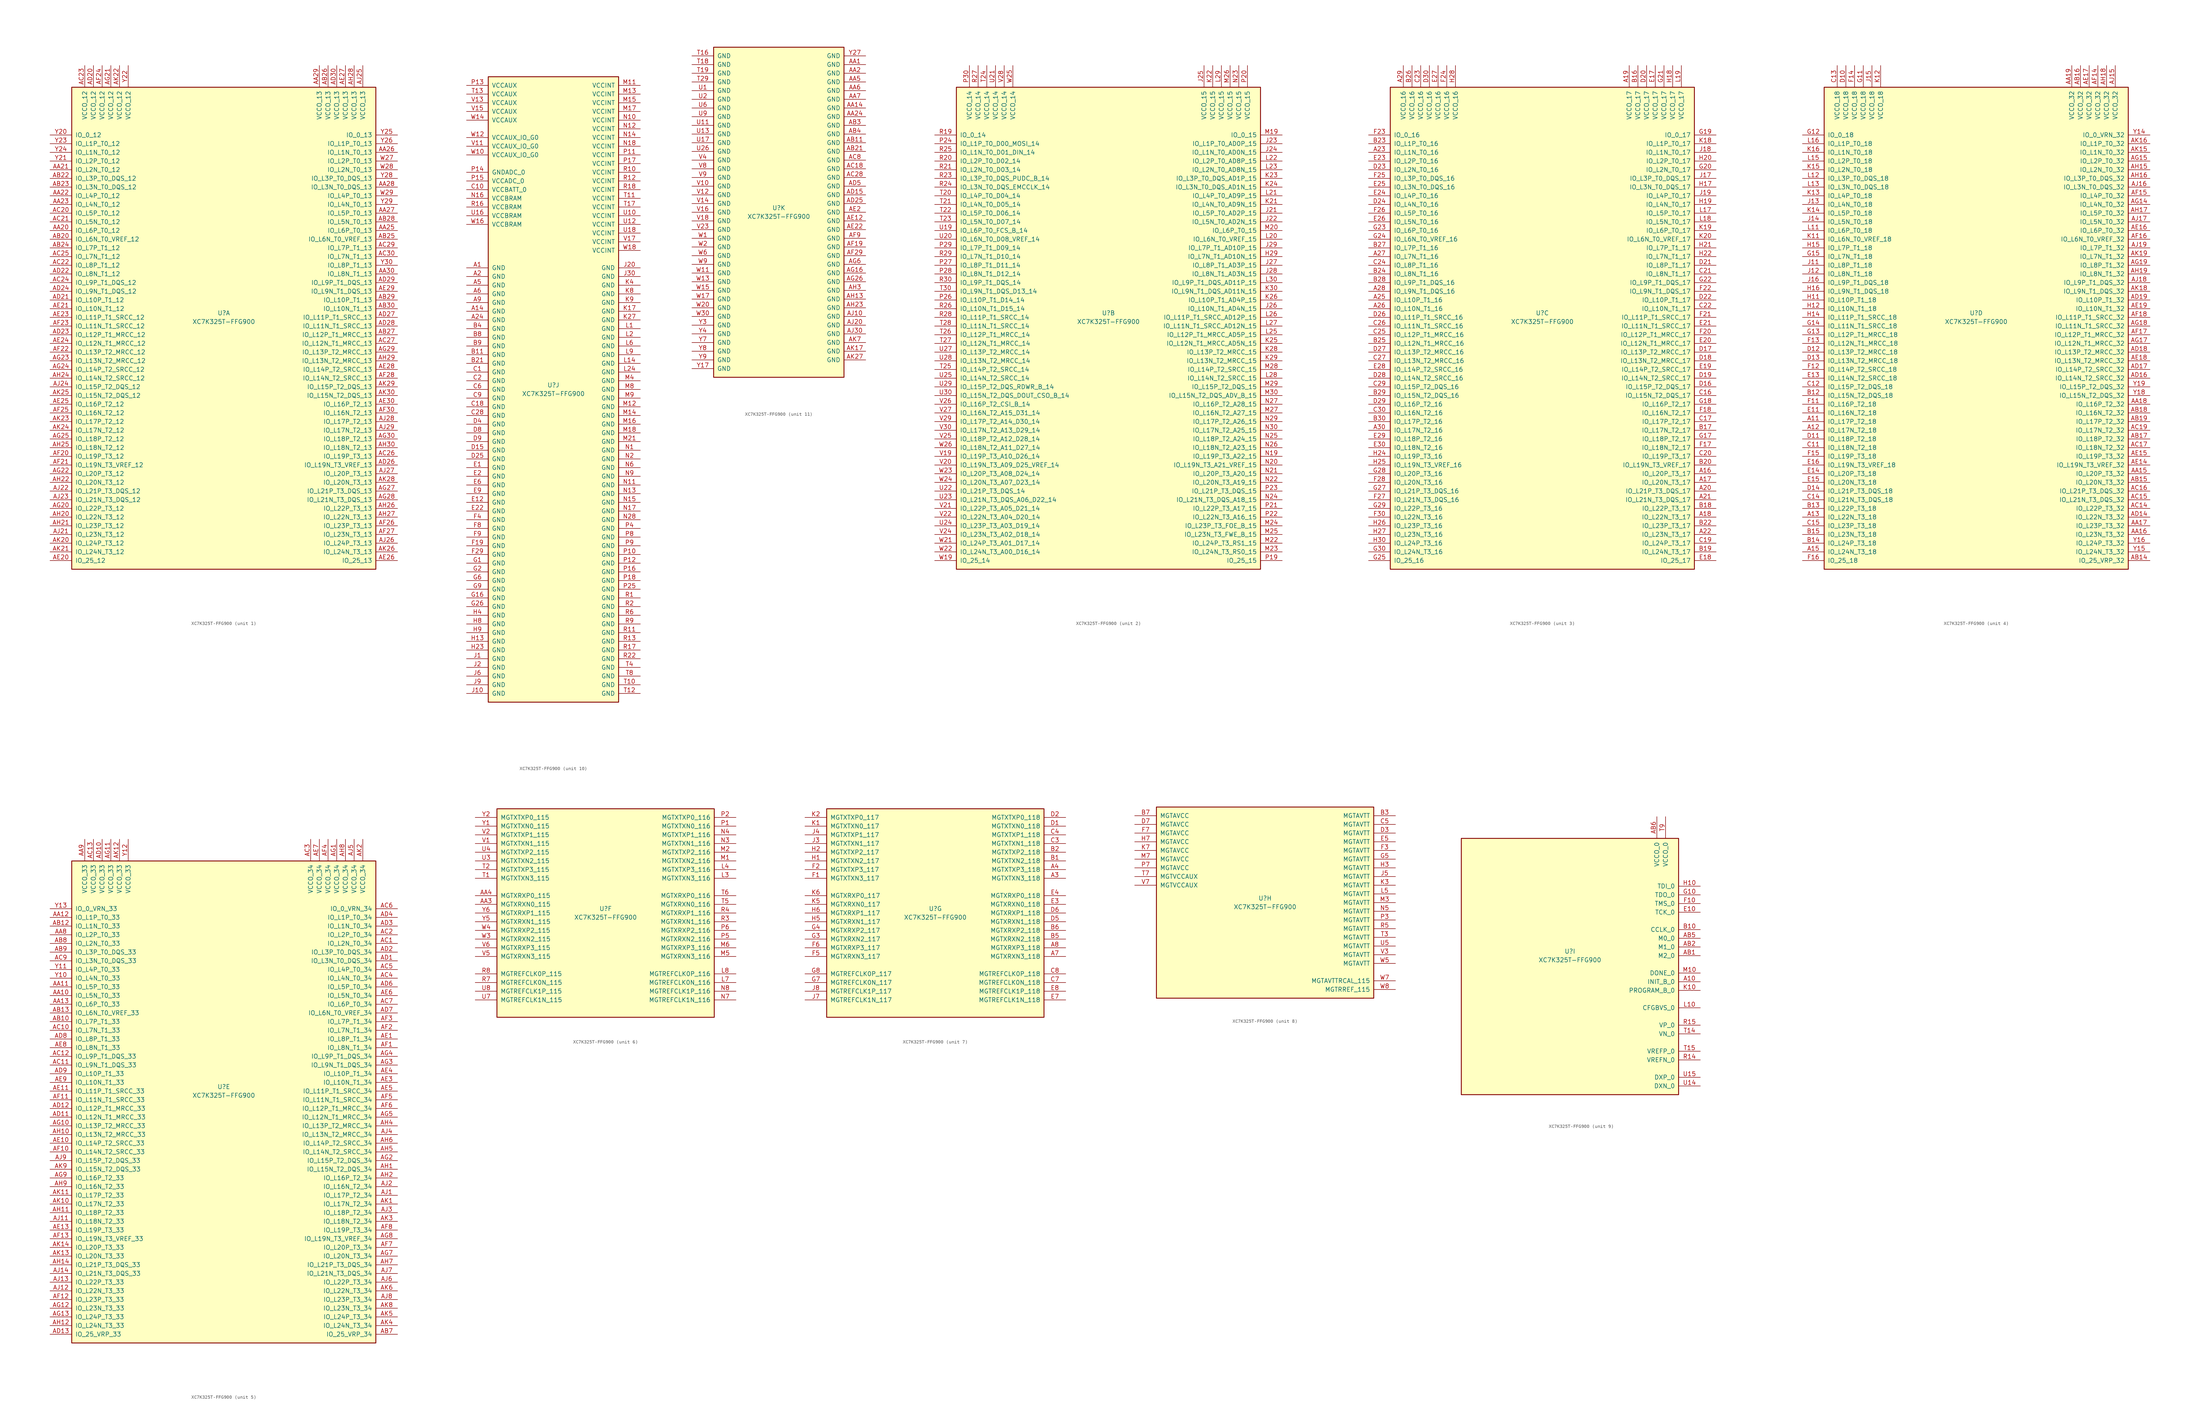
<source format=kicad_sym>
(kicad_symbol_lib
  (version 20220914)
  (generator kicad_symbol_editor)
  (symbol "XC7K325T-FFG900"
    (pin_names
      (offset 1.016))
    (property "Reference" "U"
      (at 0 1.27 0)
      (effects (font (size 1.27 1.27))))
    (property "Value" "XC7K325T-FFG900"
      (at 0 -1.27 0)
      (effects (font (size 1.27 1.27))))
    (property "Datasheet" ""
      (at 0 0 0)
      (effects (font (size 1.27 1.27))))
    (property "ki_locked" ""
      (at 0 0 0)
      (effects (font (size 1.27 1.27))))
    (symbol "XC7K325T-FFG900_1_1"
      (rectangle (start -44.45 67.31) (end 44.45 -73.66) (stroke (width 0.254) (type default)) (fill (type background)))
      (pin bidirectional line (at -50.8 25.4 0) (length 6.35) (name "IO_L6P_T0_12" (effects (font (size 1.27 1.27)))) (number "AA20" (effects (font (size 1.27 1.27)))))
      (pin bidirectional line (at -50.8 43.18 0) (length 6.35) (name "IO_L2N_T0_12" (effects (font (size 1.27 1.27)))) (number "AA21" (effects (font (size 1.27 1.27)))))
      (pin bidirectional line (at -50.8 35.56 0) (length 6.35) (name "IO_L4P_T0_12" (effects (font (size 1.27 1.27)))) (number "AA22" (effects (font (size 1.27 1.27)))))
      (pin bidirectional line (at -50.8 33.02 0) (length 6.35) (name "IO_L4N_T0_12" (effects (font (size 1.27 1.27)))) (number "AA23" (effects (font (size 1.27 1.27)))))
      (pin bidirectional line (at 50.8 25.4 180) (length 6.35) (name "IO_L6P_T0_13" (effects (font (size 1.27 1.27)))) (number "AA25" (effects (font (size 1.27 1.27)))))
      (pin bidirectional line (at 50.8 48.26 180) (length 6.35) (name "IO_L1N_T0_13" (effects (font (size 1.27 1.27)))) (number "AA26" (effects (font (size 1.27 1.27)))))
      (pin bidirectional line (at 50.8 30.48 180) (length 6.35) (name "IO_L5P_T0_13" (effects (font (size 1.27 1.27)))) (number "AA27" (effects (font (size 1.27 1.27)))))
      (pin bidirectional line (at 50.8 38.1 180) (length 6.35) (name "IO_L3N_T0_DQS_13" (effects (font (size 1.27 1.27)))) (number "AA28" (effects (font (size 1.27 1.27)))))
      (pin power_in line (at 27.94 73.66 270) (length 6.35) (name "VCCO_13" (effects (font (size 1.27 1.27)))) (number "AA29" (effects (font (size 1.27 1.27)))))
      (pin bidirectional line (at 50.8 12.7 180) (length 6.35) (name "IO_L8N_T1_13" (effects (font (size 1.27 1.27)))) (number "AA30" (effects (font (size 1.27 1.27)))))
      (pin bidirectional line (at -50.8 22.86 0) (length 6.35) (name "IO_L6N_T0_VREF_12" (effects (font (size 1.27 1.27)))) (number "AB20" (effects (font (size 1.27 1.27)))))
      (pin bidirectional line (at -50.8 40.64 0) (length 6.35) (name "IO_L3P_T0_DQS_12" (effects (font (size 1.27 1.27)))) (number "AB22" (effects (font (size 1.27 1.27)))))
      (pin bidirectional line (at -50.8 38.1 0) (length 6.35) (name "IO_L3N_T0_DQS_12" (effects (font (size 1.27 1.27)))) (number "AB23" (effects (font (size 1.27 1.27)))))
      (pin bidirectional line (at -50.8 20.32 0) (length 6.35) (name "IO_L7P_T1_12" (effects (font (size 1.27 1.27)))) (number "AB24" (effects (font (size 1.27 1.27)))))
      (pin bidirectional line (at 50.8 22.86 180) (length 6.35) (name "IO_L6N_T0_VREF_13" (effects (font (size 1.27 1.27)))) (number "AB25" (effects (font (size 1.27 1.27)))))
      (pin power_in line (at 30.48 73.66 270) (length 6.35) (name "VCCO_13" (effects (font (size 1.27 1.27)))) (number "AB26" (effects (font (size 1.27 1.27)))))
      (pin bidirectional line (at 50.8 -5.08 180) (length 6.35) (name "IO_L12P_T1_MRCC_13" (effects (font (size 1.27 1.27)))) (number "AB27" (effects (font (size 1.27 1.27)))))
      (pin bidirectional line (at 50.8 27.94 180) (length 6.35) (name "IO_L5N_T0_13" (effects (font (size 1.27 1.27)))) (number "AB28" (effects (font (size 1.27 1.27)))))
      (pin bidirectional line (at 50.8 5.08 180) (length 6.35) (name "IO_L10P_T1_13" (effects (font (size 1.27 1.27)))) (number "AB29" (effects (font (size 1.27 1.27)))))
      (pin bidirectional line (at 50.8 2.54 180) (length 6.35) (name "IO_L10N_T1_13" (effects (font (size 1.27 1.27)))) (number "AB30" (effects (font (size 1.27 1.27)))))
      (pin bidirectional line (at -50.8 30.48 0) (length 6.35) (name "IO_L5P_T0_12" (effects (font (size 1.27 1.27)))) (number "AC20" (effects (font (size 1.27 1.27)))))
      (pin bidirectional line (at -50.8 27.94 0) (length 6.35) (name "IO_L5N_T0_12" (effects (font (size 1.27 1.27)))) (number "AC21" (effects (font (size 1.27 1.27)))))
      (pin bidirectional line (at -50.8 15.24 0) (length 6.35) (name "IO_L8P_T1_12" (effects (font (size 1.27 1.27)))) (number "AC22" (effects (font (size 1.27 1.27)))))
      (pin power_in line (at -40.64 73.66 270) (length 6.35) (name "VCCO_12" (effects (font (size 1.27 1.27)))) (number "AC23" (effects (font (size 1.27 1.27)))))
      (pin bidirectional line (at -50.8 10.16 0) (length 6.35) (name "IO_L9P_T1_DQS_12" (effects (font (size 1.27 1.27)))) (number "AC24" (effects (font (size 1.27 1.27)))))
      (pin bidirectional line (at -50.8 17.78 0) (length 6.35) (name "IO_L7N_T1_12" (effects (font (size 1.27 1.27)))) (number "AC25" (effects (font (size 1.27 1.27)))))
      (pin bidirectional line (at 50.8 -40.64 180) (length 6.35) (name "IO_L19P_T3_13" (effects (font (size 1.27 1.27)))) (number "AC26" (effects (font (size 1.27 1.27)))))
      (pin bidirectional line (at 50.8 -7.62 180) (length 6.35) (name "IO_L12N_T1_MRCC_13" (effects (font (size 1.27 1.27)))) (number "AC27" (effects (font (size 1.27 1.27)))))
      (pin bidirectional line (at 50.8 20.32 180) (length 6.35) (name "IO_L7P_T1_13" (effects (font (size 1.27 1.27)))) (number "AC29" (effects (font (size 1.27 1.27)))))
      (pin bidirectional line (at 50.8 17.78 180) (length 6.35) (name "IO_L7N_T1_13" (effects (font (size 1.27 1.27)))) (number "AC30" (effects (font (size 1.27 1.27)))))
      (pin power_in line (at -38.1 73.66 270) (length 6.35) (name "VCCO_12" (effects (font (size 1.27 1.27)))) (number "AD20" (effects (font (size 1.27 1.27)))))
      (pin bidirectional line (at -50.8 5.08 0) (length 6.35) (name "IO_L10P_T1_12" (effects (font (size 1.27 1.27)))) (number "AD21" (effects (font (size 1.27 1.27)))))
      (pin bidirectional line (at -50.8 12.7 0) (length 6.35) (name "IO_L8N_T1_12" (effects (font (size 1.27 1.27)))) (number "AD22" (effects (font (size 1.27 1.27)))))
      (pin bidirectional line (at -50.8 -5.08 0) (length 6.35) (name "IO_L12P_T1_MRCC_12" (effects (font (size 1.27 1.27)))) (number "AD23" (effects (font (size 1.27 1.27)))))
      (pin bidirectional line (at -50.8 7.62 0) (length 6.35) (name "IO_L9N_T1_DQS_12" (effects (font (size 1.27 1.27)))) (number "AD24" (effects (font (size 1.27 1.27)))))
      (pin bidirectional line (at 50.8 -43.18 180) (length 6.35) (name "IO_L19N_T3_VREF_13" (effects (font (size 1.27 1.27)))) (number "AD26" (effects (font (size 1.27 1.27)))))
      (pin bidirectional line (at 50.8 0 180) (length 6.35) (name "IO_L11P_T1_SRCC_13" (effects (font (size 1.27 1.27)))) (number "AD27" (effects (font (size 1.27 1.27)))))
      (pin bidirectional line (at 50.8 -2.54 180) (length 6.35) (name "IO_L11N_T1_SRCC_13" (effects (font (size 1.27 1.27)))) (number "AD28" (effects (font (size 1.27 1.27)))))
      (pin bidirectional line (at 50.8 10.16 180) (length 6.35) (name "IO_L9P_T1_DQS_13" (effects (font (size 1.27 1.27)))) (number "AD29" (effects (font (size 1.27 1.27)))))
      (pin power_in line (at 33.02 73.66 270) (length 6.35) (name "VCCO_13" (effects (font (size 1.27 1.27)))) (number "AD30" (effects (font (size 1.27 1.27)))))
      (pin bidirectional line (at -50.8 -71.12 0) (length 6.35) (name "IO_25_12" (effects (font (size 1.27 1.27)))) (number "AE20" (effects (font (size 1.27 1.27)))))
      (pin bidirectional line (at -50.8 2.54 0) (length 6.35) (name "IO_L10N_T1_12" (effects (font (size 1.27 1.27)))) (number "AE21" (effects (font (size 1.27 1.27)))))
      (pin bidirectional line (at -50.8 0 0) (length 6.35) (name "IO_L11P_T1_SRCC_12" (effects (font (size 1.27 1.27)))) (number "AE23" (effects (font (size 1.27 1.27)))))
      (pin bidirectional line (at -50.8 -7.62 0) (length 6.35) (name "IO_L12N_T1_MRCC_12" (effects (font (size 1.27 1.27)))) (number "AE24" (effects (font (size 1.27 1.27)))))
      (pin bidirectional line (at -50.8 -25.4 0) (length 6.35) (name "IO_L16P_T2_12" (effects (font (size 1.27 1.27)))) (number "AE25" (effects (font (size 1.27 1.27)))))
      (pin bidirectional line (at 50.8 -71.12 180) (length 6.35) (name "IO_25_13" (effects (font (size 1.27 1.27)))) (number "AE26" (effects (font (size 1.27 1.27)))))
      (pin power_in line (at 35.56 73.66 270) (length 6.35) (name "VCCO_13" (effects (font (size 1.27 1.27)))) (number "AE27" (effects (font (size 1.27 1.27)))))
      (pin bidirectional line (at 50.8 -15.24 180) (length 6.35) (name "IO_L14P_T2_SRCC_13" (effects (font (size 1.27 1.27)))) (number "AE28" (effects (font (size 1.27 1.27)))))
      (pin bidirectional line (at 50.8 7.62 180) (length 6.35) (name "IO_L9N_T1_DQS_13" (effects (font (size 1.27 1.27)))) (number "AE29" (effects (font (size 1.27 1.27)))))
      (pin bidirectional line (at 50.8 -25.4 180) (length 6.35) (name "IO_L16P_T2_13" (effects (font (size 1.27 1.27)))) (number "AE30" (effects (font (size 1.27 1.27)))))
      (pin bidirectional line (at -50.8 -40.64 0) (length 6.35) (name "IO_L19P_T3_12" (effects (font (size 1.27 1.27)))) (number "AF20" (effects (font (size 1.27 1.27)))))
      (pin bidirectional line (at -50.8 -43.18 0) (length 6.35) (name "IO_L19N_T3_VREF_12" (effects (font (size 1.27 1.27)))) (number "AF21" (effects (font (size 1.27 1.27)))))
      (pin bidirectional line (at -50.8 -10.16 0) (length 6.35) (name "IO_L13P_T2_MRCC_12" (effects (font (size 1.27 1.27)))) (number "AF22" (effects (font (size 1.27 1.27)))))
      (pin bidirectional line (at -50.8 -2.54 0) (length 6.35) (name "IO_L11N_T1_SRCC_12" (effects (font (size 1.27 1.27)))) (number "AF23" (effects (font (size 1.27 1.27)))))
      (pin power_in line (at -35.56 73.66 270) (length 6.35) (name "VCCO_12" (effects (font (size 1.27 1.27)))) (number "AF24" (effects (font (size 1.27 1.27)))))
      (pin bidirectional line (at -50.8 -27.94 0) (length 6.35) (name "IO_L16N_T2_12" (effects (font (size 1.27 1.27)))) (number "AF25" (effects (font (size 1.27 1.27)))))
      (pin bidirectional line (at 50.8 -60.96 180) (length 6.35) (name "IO_L23P_T3_13" (effects (font (size 1.27 1.27)))) (number "AF26" (effects (font (size 1.27 1.27)))))
      (pin bidirectional line (at 50.8 -63.5 180) (length 6.35) (name "IO_L23N_T3_13" (effects (font (size 1.27 1.27)))) (number "AF27" (effects (font (size 1.27 1.27)))))
      (pin bidirectional line (at 50.8 -17.78 180) (length 6.35) (name "IO_L14N_T2_SRCC_13" (effects (font (size 1.27 1.27)))) (number "AF28" (effects (font (size 1.27 1.27)))))
      (pin bidirectional line (at 50.8 -27.94 180) (length 6.35) (name "IO_L16N_T2_13" (effects (font (size 1.27 1.27)))) (number "AF30" (effects (font (size 1.27 1.27)))))
      (pin bidirectional line (at -50.8 -55.88 0) (length 6.35) (name "IO_L22P_T3_12" (effects (font (size 1.27 1.27)))) (number "AG20" (effects (font (size 1.27 1.27)))))
      (pin power_in line (at -33.02 73.66 270) (length 6.35) (name "VCCO_12" (effects (font (size 1.27 1.27)))) (number "AG21" (effects (font (size 1.27 1.27)))))
      (pin bidirectional line (at -50.8 -45.72 0) (length 6.35) (name "IO_L20P_T3_12" (effects (font (size 1.27 1.27)))) (number "AG22" (effects (font (size 1.27 1.27)))))
      (pin bidirectional line (at -50.8 -12.7 0) (length 6.35) (name "IO_L13N_T2_MRCC_12" (effects (font (size 1.27 1.27)))) (number "AG23" (effects (font (size 1.27 1.27)))))
      (pin bidirectional line (at -50.8 -15.24 0) (length 6.35) (name "IO_L14P_T2_SRCC_12" (effects (font (size 1.27 1.27)))) (number "AG24" (effects (font (size 1.27 1.27)))))
      (pin bidirectional line (at -50.8 -35.56 0) (length 6.35) (name "IO_L18P_T2_12" (effects (font (size 1.27 1.27)))) (number "AG25" (effects (font (size 1.27 1.27)))))
      (pin bidirectional line (at 50.8 -50.8 180) (length 6.35) (name "IO_L21P_T3_DQS_13" (effects (font (size 1.27 1.27)))) (number "AG27" (effects (font (size 1.27 1.27)))))
      (pin bidirectional line (at 50.8 -53.34 180) (length 6.35) (name "IO_L21N_T3_DQS_13" (effects (font (size 1.27 1.27)))) (number "AG28" (effects (font (size 1.27 1.27)))))
      (pin bidirectional line (at 50.8 -10.16 180) (length 6.35) (name "IO_L13P_T2_MRCC_13" (effects (font (size 1.27 1.27)))) (number "AG29" (effects (font (size 1.27 1.27)))))
      (pin bidirectional line (at 50.8 -35.56 180) (length 6.35) (name "IO_L18P_T2_13" (effects (font (size 1.27 1.27)))) (number "AG30" (effects (font (size 1.27 1.27)))))
      (pin bidirectional line (at -50.8 -58.42 0) (length 6.35) (name "IO_L22N_T3_12" (effects (font (size 1.27 1.27)))) (number "AH20" (effects (font (size 1.27 1.27)))))
      (pin bidirectional line (at -50.8 -60.96 0) (length 6.35) (name "IO_L23P_T3_12" (effects (font (size 1.27 1.27)))) (number "AH21" (effects (font (size 1.27 1.27)))))
      (pin bidirectional line (at -50.8 -48.26 0) (length 6.35) (name "IO_L20N_T3_12" (effects (font (size 1.27 1.27)))) (number "AH22" (effects (font (size 1.27 1.27)))))
      (pin bidirectional line (at -50.8 -17.78 0) (length 6.35) (name "IO_L14N_T2_SRCC_12" (effects (font (size 1.27 1.27)))) (number "AH24" (effects (font (size 1.27 1.27)))))
      (pin bidirectional line (at -50.8 -38.1 0) (length 6.35) (name "IO_L18N_T2_12" (effects (font (size 1.27 1.27)))) (number "AH25" (effects (font (size 1.27 1.27)))))
      (pin bidirectional line (at 50.8 -55.88 180) (length 6.35) (name "IO_L22P_T3_13" (effects (font (size 1.27 1.27)))) (number "AH26" (effects (font (size 1.27 1.27)))))
      (pin bidirectional line (at 50.8 -58.42 180) (length 6.35) (name "IO_L22N_T3_13" (effects (font (size 1.27 1.27)))) (number "AH27" (effects (font (size 1.27 1.27)))))
      (pin power_in line (at 38.1 73.66 270) (length 6.35) (name "VCCO_13" (effects (font (size 1.27 1.27)))) (number "AH28" (effects (font (size 1.27 1.27)))))
      (pin bidirectional line (at 50.8 -12.7 180) (length 6.35) (name "IO_L13N_T2_MRCC_13" (effects (font (size 1.27 1.27)))) (number "AH29" (effects (font (size 1.27 1.27)))))
      (pin bidirectional line (at 50.8 -38.1 180) (length 6.35) (name "IO_L18N_T2_13" (effects (font (size 1.27 1.27)))) (number "AH30" (effects (font (size 1.27 1.27)))))
      (pin bidirectional line (at -50.8 -63.5 0) (length 6.35) (name "IO_L23N_T3_12" (effects (font (size 1.27 1.27)))) (number "AJ21" (effects (font (size 1.27 1.27)))))
      (pin bidirectional line (at -50.8 -50.8 0) (length 6.35) (name "IO_L21P_T3_DQS_12" (effects (font (size 1.27 1.27)))) (number "AJ22" (effects (font (size 1.27 1.27)))))
      (pin bidirectional line (at -50.8 -53.34 0) (length 6.35) (name "IO_L21N_T3_DQS_12" (effects (font (size 1.27 1.27)))) (number "AJ23" (effects (font (size 1.27 1.27)))))
      (pin bidirectional line (at -50.8 -20.32 0) (length 6.35) (name "IO_L15P_T2_DQS_12" (effects (font (size 1.27 1.27)))) (number "AJ24" (effects (font (size 1.27 1.27)))))
      (pin power_in line (at 40.64 73.66 270) (length 6.35) (name "VCCO_13" (effects (font (size 1.27 1.27)))) (number "AJ25" (effects (font (size 1.27 1.27)))))
      (pin bidirectional line (at 50.8 -66.04 180) (length 6.35) (name "IO_L24P_T3_13" (effects (font (size 1.27 1.27)))) (number "AJ26" (effects (font (size 1.27 1.27)))))
      (pin bidirectional line (at 50.8 -45.72 180) (length 6.35) (name "IO_L20P_T3_13" (effects (font (size 1.27 1.27)))) (number "AJ27" (effects (font (size 1.27 1.27)))))
      (pin bidirectional line (at 50.8 -30.48 180) (length 6.35) (name "IO_L17P_T2_13" (effects (font (size 1.27 1.27)))) (number "AJ28" (effects (font (size 1.27 1.27)))))
      (pin bidirectional line (at 50.8 -33.02 180) (length 6.35) (name "IO_L17N_T2_13" (effects (font (size 1.27 1.27)))) (number "AJ29" (effects (font (size 1.27 1.27)))))
      (pin bidirectional line (at -50.8 -66.04 0) (length 6.35) (name "IO_L24P_T3_12" (effects (font (size 1.27 1.27)))) (number "AK20" (effects (font (size 1.27 1.27)))))
      (pin bidirectional line (at -50.8 -68.58 0) (length 6.35) (name "IO_L24N_T3_12" (effects (font (size 1.27 1.27)))) (number "AK21" (effects (font (size 1.27 1.27)))))
      (pin power_in line (at -30.48 73.66 270) (length 6.35) (name "VCCO_12" (effects (font (size 1.27 1.27)))) (number "AK22" (effects (font (size 1.27 1.27)))))
      (pin bidirectional line (at -50.8 -30.48 0) (length 6.35) (name "IO_L17P_T2_12" (effects (font (size 1.27 1.27)))) (number "AK23" (effects (font (size 1.27 1.27)))))
      (pin bidirectional line (at -50.8 -33.02 0) (length 6.35) (name "IO_L17N_T2_12" (effects (font (size 1.27 1.27)))) (number "AK24" (effects (font (size 1.27 1.27)))))
      (pin bidirectional line (at -50.8 -22.86 0) (length 6.35) (name "IO_L15N_T2_DQS_12" (effects (font (size 1.27 1.27)))) (number "AK25" (effects (font (size 1.27 1.27)))))
      (pin bidirectional line (at 50.8 -68.58 180) (length 6.35) (name "IO_L24N_T3_13" (effects (font (size 1.27 1.27)))) (number "AK26" (effects (font (size 1.27 1.27)))))
      (pin bidirectional line (at 50.8 -48.26 180) (length 6.35) (name "IO_L20N_T3_13" (effects (font (size 1.27 1.27)))) (number "AK28" (effects (font (size 1.27 1.27)))))
      (pin bidirectional line (at 50.8 -20.32 180) (length 6.35) (name "IO_L15P_T2_DQS_13" (effects (font (size 1.27 1.27)))) (number "AK29" (effects (font (size 1.27 1.27)))))
      (pin bidirectional line (at 50.8 -22.86 180) (length 6.35) (name "IO_L15N_T2_DQS_13" (effects (font (size 1.27 1.27)))) (number "AK30" (effects (font (size 1.27 1.27)))))
      (pin bidirectional line (at 50.8 45.72 180) (length 6.35) (name "IO_L2P_T0_13" (effects (font (size 1.27 1.27)))) (number "W27" (effects (font (size 1.27 1.27)))))
      (pin bidirectional line (at 50.8 43.18 180) (length 6.35) (name "IO_L2N_T0_13" (effects (font (size 1.27 1.27)))) (number "W28" (effects (font (size 1.27 1.27)))))
      (pin bidirectional line (at 50.8 35.56 180) (length 6.35) (name "IO_L4P_T0_13" (effects (font (size 1.27 1.27)))) (number "W29" (effects (font (size 1.27 1.27)))))
      (pin bidirectional line (at -50.8 53.34 0) (length 6.35) (name "IO_0_12" (effects (font (size 1.27 1.27)))) (number "Y20" (effects (font (size 1.27 1.27)))))
      (pin bidirectional line (at -50.8 45.72 0) (length 6.35) (name "IO_L2P_T0_12" (effects (font (size 1.27 1.27)))) (number "Y21" (effects (font (size 1.27 1.27)))))
      (pin power_in line (at -27.94 73.66 270) (length 6.35) (name "VCCO_12" (effects (font (size 1.27 1.27)))) (number "Y22" (effects (font (size 1.27 1.27)))))
      (pin bidirectional line (at -50.8 50.8 0) (length 6.35) (name "IO_L1P_T0_12" (effects (font (size 1.27 1.27)))) (number "Y23" (effects (font (size 1.27 1.27)))))
      (pin bidirectional line (at -50.8 48.26 0) (length 6.35) (name "IO_L1N_T0_12" (effects (font (size 1.27 1.27)))) (number "Y24" (effects (font (size 1.27 1.27)))))
      (pin bidirectional line (at 50.8 53.34 180) (length 6.35) (name "IO_0_13" (effects (font (size 1.27 1.27)))) (number "Y25" (effects (font (size 1.27 1.27)))))
      (pin bidirectional line (at 50.8 50.8 180) (length 6.35) (name "IO_L1P_T0_13" (effects (font (size 1.27 1.27)))) (number "Y26" (effects (font (size 1.27 1.27)))))
      (pin bidirectional line (at 50.8 40.64 180) (length 6.35) (name "IO_L3P_T0_DQS_13" (effects (font (size 1.27 1.27)))) (number "Y28" (effects (font (size 1.27 1.27)))))
      (pin bidirectional line (at 50.8 33.02 180) (length 6.35) (name "IO_L4N_T0_13" (effects (font (size 1.27 1.27)))) (number "Y29" (effects (font (size 1.27 1.27)))))
      (pin bidirectional line (at 50.8 15.24 180) (length 6.35) (name "IO_L8P_T1_13" (effects (font (size 1.27 1.27)))) (number "Y30" (effects (font (size 1.27 1.27))))))
    (symbol "XC7K325T-FFG900_2_1"
      (rectangle (start -44.45 67.31) (end 44.45 -73.66) (stroke (width 0.254) (type default)) (fill (type background)))
      (pin bidirectional line (at 50.8 17.78 180) (length 6.35) (name "IO_L7N_T1_AD10N_15" (effects (font (size 1.27 1.27)))) (number "H29" (effects (font (size 1.27 1.27)))))
      (pin bidirectional line (at 50.8 30.48 180) (length 6.35) (name "IO_L5P_T0_AD2P_15" (effects (font (size 1.27 1.27)))) (number "J21" (effects (font (size 1.27 1.27)))))
      (pin bidirectional line (at 50.8 27.94 180) (length 6.35) (name "IO_L5N_T0_AD2N_15" (effects (font (size 1.27 1.27)))) (number "J22" (effects (font (size 1.27 1.27)))))
      (pin bidirectional line (at 50.8 50.8 180) (length 6.35) (name "IO_L1P_T0_AD0P_15" (effects (font (size 1.27 1.27)))) (number "J23" (effects (font (size 1.27 1.27)))))
      (pin bidirectional line (at 50.8 48.26 180) (length 6.35) (name "IO_L1N_T0_AD0N_15" (effects (font (size 1.27 1.27)))) (number "J24" (effects (font (size 1.27 1.27)))))
      (pin power_in line (at 27.94 73.66 270) (length 6.35) (name "VCCO_15" (effects (font (size 1.27 1.27)))) (number "J25" (effects (font (size 1.27 1.27)))))
      (pin bidirectional line (at 50.8 2.54 180) (length 6.35) (name "IO_L10N_T1_AD4N_15" (effects (font (size 1.27 1.27)))) (number "J26" (effects (font (size 1.27 1.27)))))
      (pin bidirectional line (at 50.8 15.24 180) (length 6.35) (name "IO_L8P_T1_AD3P_15" (effects (font (size 1.27 1.27)))) (number "J27" (effects (font (size 1.27 1.27)))))
      (pin bidirectional line (at 50.8 12.7 180) (length 6.35) (name "IO_L8N_T1_AD3N_15" (effects (font (size 1.27 1.27)))) (number "J28" (effects (font (size 1.27 1.27)))))
      (pin bidirectional line (at 50.8 20.32 180) (length 6.35) (name "IO_L7P_T1_AD10P_15" (effects (font (size 1.27 1.27)))) (number "J29" (effects (font (size 1.27 1.27)))))
      (pin bidirectional line (at 50.8 33.02 180) (length 6.35) (name "IO_L4N_T0_AD9N_15" (effects (font (size 1.27 1.27)))) (number "K21" (effects (font (size 1.27 1.27)))))
      (pin power_in line (at 30.48 73.66 270) (length 6.35) (name "VCCO_15" (effects (font (size 1.27 1.27)))) (number "K22" (effects (font (size 1.27 1.27)))))
      (pin bidirectional line (at 50.8 40.64 180) (length 6.35) (name "IO_L3P_T0_DQS_AD1P_15" (effects (font (size 1.27 1.27)))) (number "K23" (effects (font (size 1.27 1.27)))))
      (pin bidirectional line (at 50.8 38.1 180) (length 6.35) (name "IO_L3N_T0_DQS_AD1N_15" (effects (font (size 1.27 1.27)))) (number "K24" (effects (font (size 1.27 1.27)))))
      (pin bidirectional line (at 50.8 -7.62 180) (length 6.35) (name "IO_L12N_T1_MRCC_AD5N_15" (effects (font (size 1.27 1.27)))) (number "K25" (effects (font (size 1.27 1.27)))))
      (pin bidirectional line (at 50.8 5.08 180) (length 6.35) (name "IO_L10P_T1_AD4P_15" (effects (font (size 1.27 1.27)))) (number "K26" (effects (font (size 1.27 1.27)))))
      (pin bidirectional line (at 50.8 -10.16 180) (length 6.35) (name "IO_L13P_T2_MRCC_15" (effects (font (size 1.27 1.27)))) (number "K28" (effects (font (size 1.27 1.27)))))
      (pin bidirectional line (at 50.8 -12.7 180) (length 6.35) (name "IO_L13N_T2_MRCC_15" (effects (font (size 1.27 1.27)))) (number "K29" (effects (font (size 1.27 1.27)))))
      (pin bidirectional line (at 50.8 7.62 180) (length 6.35) (name "IO_L9N_T1_DQS_AD11N_15" (effects (font (size 1.27 1.27)))) (number "K30" (effects (font (size 1.27 1.27)))))
      (pin bidirectional line (at 50.8 22.86 180) (length 6.35) (name "IO_L6N_T0_VREF_15" (effects (font (size 1.27 1.27)))) (number "L20" (effects (font (size 1.27 1.27)))))
      (pin bidirectional line (at 50.8 35.56 180) (length 6.35) (name "IO_L4P_T0_AD9P_15" (effects (font (size 1.27 1.27)))) (number "L21" (effects (font (size 1.27 1.27)))))
      (pin bidirectional line (at 50.8 45.72 180) (length 6.35) (name "IO_L2P_T0_AD8P_15" (effects (font (size 1.27 1.27)))) (number "L22" (effects (font (size 1.27 1.27)))))
      (pin bidirectional line (at 50.8 43.18 180) (length 6.35) (name "IO_L2N_T0_AD8N_15" (effects (font (size 1.27 1.27)))) (number "L23" (effects (font (size 1.27 1.27)))))
      (pin bidirectional line (at 50.8 -5.08 180) (length 6.35) (name "IO_L12P_T1_MRCC_AD5P_15" (effects (font (size 1.27 1.27)))) (number "L25" (effects (font (size 1.27 1.27)))))
      (pin bidirectional line (at 50.8 0 180) (length 6.35) (name "IO_L11P_T1_SRCC_AD12P_15" (effects (font (size 1.27 1.27)))) (number "L26" (effects (font (size 1.27 1.27)))))
      (pin bidirectional line (at 50.8 -2.54 180) (length 6.35) (name "IO_L11N_T1_SRCC_AD12N_15" (effects (font (size 1.27 1.27)))) (number "L27" (effects (font (size 1.27 1.27)))))
      (pin bidirectional line (at 50.8 -17.78 180) (length 6.35) (name "IO_L14N_T2_SRCC_15" (effects (font (size 1.27 1.27)))) (number "L28" (effects (font (size 1.27 1.27)))))
      (pin power_in line (at 33.02 73.66 270) (length 6.35) (name "VCCO_15" (effects (font (size 1.27 1.27)))) (number "L29" (effects (font (size 1.27 1.27)))))
      (pin bidirectional line (at 50.8 10.16 180) (length 6.35) (name "IO_L9P_T1_DQS_AD11P_15" (effects (font (size 1.27 1.27)))) (number "L30" (effects (font (size 1.27 1.27)))))
      (pin bidirectional line (at 50.8 53.34 180) (length 6.35) (name "IO_0_15" (effects (font (size 1.27 1.27)))) (number "M19" (effects (font (size 1.27 1.27)))))
      (pin bidirectional line (at 50.8 25.4 180) (length 6.35) (name "IO_L6P_T0_15" (effects (font (size 1.27 1.27)))) (number "M20" (effects (font (size 1.27 1.27)))))
      (pin bidirectional line (at 50.8 -66.04 180) (length 6.35) (name "IO_L24P_T3_RS1_15" (effects (font (size 1.27 1.27)))) (number "M22" (effects (font (size 1.27 1.27)))))
      (pin bidirectional line (at 50.8 -68.58 180) (length 6.35) (name "IO_L24N_T3_RS0_15" (effects (font (size 1.27 1.27)))) (number "M23" (effects (font (size 1.27 1.27)))))
      (pin bidirectional line (at 50.8 -60.96 180) (length 6.35) (name "IO_L23P_T3_FOE_B_15" (effects (font (size 1.27 1.27)))) (number "M24" (effects (font (size 1.27 1.27)))))
      (pin bidirectional line (at 50.8 -63.5 180) (length 6.35) (name "IO_L23N_T3_FWE_B_15" (effects (font (size 1.27 1.27)))) (number "M25" (effects (font (size 1.27 1.27)))))
      (pin power_in line (at 35.56 73.66 270) (length 6.35) (name "VCCO_15" (effects (font (size 1.27 1.27)))) (number "M26" (effects (font (size 1.27 1.27)))))
      (pin bidirectional line (at 50.8 -27.94 180) (length 6.35) (name "IO_L16N_T2_A27_15" (effects (font (size 1.27 1.27)))) (number "M27" (effects (font (size 1.27 1.27)))))
      (pin bidirectional line (at 50.8 -15.24 180) (length 6.35) (name "IO_L14P_T2_SRCC_15" (effects (font (size 1.27 1.27)))) (number "M28" (effects (font (size 1.27 1.27)))))
      (pin bidirectional line (at 50.8 -20.32 180) (length 6.35) (name "IO_L15P_T2_DQS_15" (effects (font (size 1.27 1.27)))) (number "M29" (effects (font (size 1.27 1.27)))))
      (pin bidirectional line (at 50.8 -22.86 180) (length 6.35) (name "IO_L15N_T2_DQS_ADV_B_15" (effects (font (size 1.27 1.27)))) (number "M30" (effects (font (size 1.27 1.27)))))
      (pin bidirectional line (at 50.8 -40.64 180) (length 6.35) (name "IO_L19P_T3_A22_15" (effects (font (size 1.27 1.27)))) (number "N19" (effects (font (size 1.27 1.27)))))
      (pin bidirectional line (at 50.8 -43.18 180) (length 6.35) (name "IO_L19N_T3_A21_VREF_15" (effects (font (size 1.27 1.27)))) (number "N20" (effects (font (size 1.27 1.27)))))
      (pin bidirectional line (at 50.8 -45.72 180) (length 6.35) (name "IO_L20P_T3_A20_15" (effects (font (size 1.27 1.27)))) (number "N21" (effects (font (size 1.27 1.27)))))
      (pin bidirectional line (at 50.8 -48.26 180) (length 6.35) (name "IO_L20N_T3_A19_15" (effects (font (size 1.27 1.27)))) (number "N22" (effects (font (size 1.27 1.27)))))
      (pin power_in line (at 38.1 73.66 270) (length 6.35) (name "VCCO_15" (effects (font (size 1.27 1.27)))) (number "N23" (effects (font (size 1.27 1.27)))))
      (pin bidirectional line (at 50.8 -53.34 180) (length 6.35) (name "IO_L21N_T3_DQS_A18_15" (effects (font (size 1.27 1.27)))) (number "N24" (effects (font (size 1.27 1.27)))))
      (pin bidirectional line (at 50.8 -35.56 180) (length 6.35) (name "IO_L18P_T2_A24_15" (effects (font (size 1.27 1.27)))) (number "N25" (effects (font (size 1.27 1.27)))))
      (pin bidirectional line (at 50.8 -38.1 180) (length 6.35) (name "IO_L18N_T2_A23_15" (effects (font (size 1.27 1.27)))) (number "N26" (effects (font (size 1.27 1.27)))))
      (pin bidirectional line (at 50.8 -25.4 180) (length 6.35) (name "IO_L16P_T2_A28_15" (effects (font (size 1.27 1.27)))) (number "N27" (effects (font (size 1.27 1.27)))))
      (pin bidirectional line (at 50.8 -30.48 180) (length 6.35) (name "IO_L17P_T2_A26_15" (effects (font (size 1.27 1.27)))) (number "N29" (effects (font (size 1.27 1.27)))))
      (pin bidirectional line (at 50.8 -33.02 180) (length 6.35) (name "IO_L17N_T2_A25_15" (effects (font (size 1.27 1.27)))) (number "N30" (effects (font (size 1.27 1.27)))))
      (pin bidirectional line (at 50.8 -71.12 180) (length 6.35) (name "IO_25_15" (effects (font (size 1.27 1.27)))) (number "P19" (effects (font (size 1.27 1.27)))))
      (pin power_in line (at 40.64 73.66 270) (length 6.35) (name "VCCO_15" (effects (font (size 1.27 1.27)))) (number "P20" (effects (font (size 1.27 1.27)))))
      (pin bidirectional line (at 50.8 -55.88 180) (length 6.35) (name "IO_L22P_T3_A17_15" (effects (font (size 1.27 1.27)))) (number "P21" (effects (font (size 1.27 1.27)))))
      (pin bidirectional line (at 50.8 -58.42 180) (length 6.35) (name "IO_L22N_T3_A16_15" (effects (font (size 1.27 1.27)))) (number "P22" (effects (font (size 1.27 1.27)))))
      (pin bidirectional line (at 50.8 -50.8 180) (length 6.35) (name "IO_L21P_T3_DQS_15" (effects (font (size 1.27 1.27)))) (number "P23" (effects (font (size 1.27 1.27)))))
      (pin bidirectional line (at -50.8 50.8 0) (length 6.35) (name "IO_L1P_T0_D00_MOSI_14" (effects (font (size 1.27 1.27)))) (number "P24" (effects (font (size 1.27 1.27)))))
      (pin bidirectional line (at -50.8 5.08 0) (length 6.35) (name "IO_L10P_T1_D14_14" (effects (font (size 1.27 1.27)))) (number "P26" (effects (font (size 1.27 1.27)))))
      (pin bidirectional line (at -50.8 15.24 0) (length 6.35) (name "IO_L8P_T1_D11_14" (effects (font (size 1.27 1.27)))) (number "P27" (effects (font (size 1.27 1.27)))))
      (pin bidirectional line (at -50.8 12.7 0) (length 6.35) (name "IO_L8N_T1_D12_14" (effects (font (size 1.27 1.27)))) (number "P28" (effects (font (size 1.27 1.27)))))
      (pin bidirectional line (at -50.8 20.32 0) (length 6.35) (name "IO_L7P_T1_D09_14" (effects (font (size 1.27 1.27)))) (number "P29" (effects (font (size 1.27 1.27)))))
      (pin power_in line (at -40.64 73.66 270) (length 6.35) (name "VCCO_14" (effects (font (size 1.27 1.27)))) (number "P30" (effects (font (size 1.27 1.27)))))
      (pin bidirectional line (at -50.8 53.34 0) (length 6.35) (name "IO_0_14" (effects (font (size 1.27 1.27)))) (number "R19" (effects (font (size 1.27 1.27)))))
      (pin bidirectional line (at -50.8 45.72 0) (length 6.35) (name "IO_L2P_T0_D02_14" (effects (font (size 1.27 1.27)))) (number "R20" (effects (font (size 1.27 1.27)))))
      (pin bidirectional line (at -50.8 43.18 0) (length 6.35) (name "IO_L2N_T0_D03_14" (effects (font (size 1.27 1.27)))) (number "R21" (effects (font (size 1.27 1.27)))))
      (pin bidirectional line (at -50.8 40.64 0) (length 6.35) (name "IO_L3P_T0_DQS_PUDC_B_14" (effects (font (size 1.27 1.27)))) (number "R23" (effects (font (size 1.27 1.27)))))
      (pin bidirectional line (at -50.8 38.1 0) (length 6.35) (name "IO_L3N_T0_DQS_EMCCLK_14" (effects (font (size 1.27 1.27)))) (number "R24" (effects (font (size 1.27 1.27)))))
      (pin bidirectional line (at -50.8 48.26 0) (length 6.35) (name "IO_L1N_T0_D01_DIN_14" (effects (font (size 1.27 1.27)))) (number "R25" (effects (font (size 1.27 1.27)))))
      (pin bidirectional line (at -50.8 2.54 0) (length 6.35) (name "IO_L10N_T1_D15_14" (effects (font (size 1.27 1.27)))) (number "R26" (effects (font (size 1.27 1.27)))))
      (pin power_in line (at -38.1 73.66 270) (length 6.35) (name "VCCO_14" (effects (font (size 1.27 1.27)))) (number "R27" (effects (font (size 1.27 1.27)))))
      (pin bidirectional line (at -50.8 0 0) (length 6.35) (name "IO_L11P_T1_SRCC_14" (effects (font (size 1.27 1.27)))) (number "R28" (effects (font (size 1.27 1.27)))))
      (pin bidirectional line (at -50.8 17.78 0) (length 6.35) (name "IO_L7N_T1_D10_14" (effects (font (size 1.27 1.27)))) (number "R29" (effects (font (size 1.27 1.27)))))
      (pin bidirectional line (at -50.8 10.16 0) (length 6.35) (name "IO_L9P_T1_DQS_14" (effects (font (size 1.27 1.27)))) (number "R30" (effects (font (size 1.27 1.27)))))
      (pin bidirectional line (at -50.8 35.56 0) (length 6.35) (name "IO_L4P_T0_D04_14" (effects (font (size 1.27 1.27)))) (number "T20" (effects (font (size 1.27 1.27)))))
      (pin bidirectional line (at -50.8 33.02 0) (length 6.35) (name "IO_L4N_T0_D05_14" (effects (font (size 1.27 1.27)))) (number "T21" (effects (font (size 1.27 1.27)))))
      (pin bidirectional line (at -50.8 30.48 0) (length 6.35) (name "IO_L5P_T0_D06_14" (effects (font (size 1.27 1.27)))) (number "T22" (effects (font (size 1.27 1.27)))))
      (pin bidirectional line (at -50.8 27.94 0) (length 6.35) (name "IO_L5N_T0_D07_14" (effects (font (size 1.27 1.27)))) (number "T23" (effects (font (size 1.27 1.27)))))
      (pin power_in line (at -35.56 73.66 270) (length 6.35) (name "VCCO_14" (effects (font (size 1.27 1.27)))) (number "T24" (effects (font (size 1.27 1.27)))))
      (pin bidirectional line (at -50.8 -15.24 0) (length 6.35) (name "IO_L14P_T2_SRCC_14" (effects (font (size 1.27 1.27)))) (number "T25" (effects (font (size 1.27 1.27)))))
      (pin bidirectional line (at -50.8 -5.08 0) (length 6.35) (name "IO_L12P_T1_MRCC_14" (effects (font (size 1.27 1.27)))) (number "T26" (effects (font (size 1.27 1.27)))))
      (pin bidirectional line (at -50.8 -7.62 0) (length 6.35) (name "IO_L12N_T1_MRCC_14" (effects (font (size 1.27 1.27)))) (number "T27" (effects (font (size 1.27 1.27)))))
      (pin bidirectional line (at -50.8 -2.54 0) (length 6.35) (name "IO_L11N_T1_SRCC_14" (effects (font (size 1.27 1.27)))) (number "T28" (effects (font (size 1.27 1.27)))))
      (pin bidirectional line (at -50.8 7.62 0) (length 6.35) (name "IO_L9N_T1_DQS_D13_14" (effects (font (size 1.27 1.27)))) (number "T30" (effects (font (size 1.27 1.27)))))
      (pin bidirectional line (at -50.8 25.4 0) (length 6.35) (name "IO_L6P_T0_FCS_B_14" (effects (font (size 1.27 1.27)))) (number "U19" (effects (font (size 1.27 1.27)))))
      (pin bidirectional line (at -50.8 22.86 0) (length 6.35) (name "IO_L6N_T0_D08_VREF_14" (effects (font (size 1.27 1.27)))) (number "U20" (effects (font (size 1.27 1.27)))))
      (pin power_in line (at -33.02 73.66 270) (length 6.35) (name "VCCO_14" (effects (font (size 1.27 1.27)))) (number "U21" (effects (font (size 1.27 1.27)))))
      (pin bidirectional line (at -50.8 -50.8 0) (length 6.35) (name "IO_L21P_T3_DQS_14" (effects (font (size 1.27 1.27)))) (number "U22" (effects (font (size 1.27 1.27)))))
      (pin bidirectional line (at -50.8 -53.34 0) (length 6.35) (name "IO_L21N_T3_DQS_A06_D22_14" (effects (font (size 1.27 1.27)))) (number "U23" (effects (font (size 1.27 1.27)))))
      (pin bidirectional line (at -50.8 -60.96 0) (length 6.35) (name "IO_L23P_T3_A03_D19_14" (effects (font (size 1.27 1.27)))) (number "U24" (effects (font (size 1.27 1.27)))))
      (pin bidirectional line (at -50.8 -17.78 0) (length 6.35) (name "IO_L14N_T2_SRCC_14" (effects (font (size 1.27 1.27)))) (number "U25" (effects (font (size 1.27 1.27)))))
      (pin bidirectional line (at -50.8 -10.16 0) (length 6.35) (name "IO_L13P_T2_MRCC_14" (effects (font (size 1.27 1.27)))) (number "U27" (effects (font (size 1.27 1.27)))))
      (pin bidirectional line (at -50.8 -12.7 0) (length 6.35) (name "IO_L13N_T2_MRCC_14" (effects (font (size 1.27 1.27)))) (number "U28" (effects (font (size 1.27 1.27)))))
      (pin bidirectional line (at -50.8 -20.32 0) (length 6.35) (name "IO_L15P_T2_DQS_RDWR_B_14" (effects (font (size 1.27 1.27)))) (number "U29" (effects (font (size 1.27 1.27)))))
      (pin bidirectional line (at -50.8 -22.86 0) (length 6.35) (name "IO_L15N_T2_DQS_DOUT_CSO_B_14" (effects (font (size 1.27 1.27)))) (number "U30" (effects (font (size 1.27 1.27)))))
      (pin bidirectional line (at -50.8 -40.64 0) (length 6.35) (name "IO_L19P_T3_A10_D26_14" (effects (font (size 1.27 1.27)))) (number "V19" (effects (font (size 1.27 1.27)))))
      (pin bidirectional line (at -50.8 -43.18 0) (length 6.35) (name "IO_L19N_T3_A09_D25_VREF_14" (effects (font (size 1.27 1.27)))) (number "V20" (effects (font (size 1.27 1.27)))))
      (pin bidirectional line (at -50.8 -55.88 0) (length 6.35) (name "IO_L22P_T3_A05_D21_14" (effects (font (size 1.27 1.27)))) (number "V21" (effects (font (size 1.27 1.27)))))
      (pin bidirectional line (at -50.8 -58.42 0) (length 6.35) (name "IO_L22N_T3_A04_D20_14" (effects (font (size 1.27 1.27)))) (number "V22" (effects (font (size 1.27 1.27)))))
      (pin bidirectional line (at -50.8 -63.5 0) (length 6.35) (name "IO_L23N_T3_A02_D18_14" (effects (font (size 1.27 1.27)))) (number "V24" (effects (font (size 1.27 1.27)))))
      (pin bidirectional line (at -50.8 -35.56 0) (length 6.35) (name "IO_L18P_T2_A12_D28_14" (effects (font (size 1.27 1.27)))) (number "V25" (effects (font (size 1.27 1.27)))))
      (pin bidirectional line (at -50.8 -25.4 0) (length 6.35) (name "IO_L16P_T2_CSI_B_14" (effects (font (size 1.27 1.27)))) (number "V26" (effects (font (size 1.27 1.27)))))
      (pin bidirectional line (at -50.8 -27.94 0) (length 6.35) (name "IO_L16N_T2_A15_D31_14" (effects (font (size 1.27 1.27)))) (number "V27" (effects (font (size 1.27 1.27)))))
      (pin power_in line (at -30.48 73.66 270) (length 6.35) (name "VCCO_14" (effects (font (size 1.27 1.27)))) (number "V28" (effects (font (size 1.27 1.27)))))
      (pin bidirectional line (at -50.8 -30.48 0) (length 6.35) (name "IO_L17P_T2_A14_D30_14" (effects (font (size 1.27 1.27)))) (number "V29" (effects (font (size 1.27 1.27)))))
      (pin bidirectional line (at -50.8 -33.02 0) (length 6.35) (name "IO_L17N_T2_A13_D29_14" (effects (font (size 1.27 1.27)))) (number "V30" (effects (font (size 1.27 1.27)))))
      (pin bidirectional line (at -50.8 -71.12 0) (length 6.35) (name "IO_25_14" (effects (font (size 1.27 1.27)))) (number "W19" (effects (font (size 1.27 1.27)))))
      (pin bidirectional line (at -50.8 -66.04 0) (length 6.35) (name "IO_L24P_T3_A01_D17_14" (effects (font (size 1.27 1.27)))) (number "W21" (effects (font (size 1.27 1.27)))))
      (pin bidirectional line (at -50.8 -68.58 0) (length 6.35) (name "IO_L24N_T3_A00_D16_14" (effects (font (size 1.27 1.27)))) (number "W22" (effects (font (size 1.27 1.27)))))
      (pin bidirectional line (at -50.8 -45.72 0) (length 6.35) (name "IO_L20P_T3_A08_D24_14" (effects (font (size 1.27 1.27)))) (number "W23" (effects (font (size 1.27 1.27)))))
      (pin bidirectional line (at -50.8 -48.26 0) (length 6.35) (name "IO_L20N_T3_A07_D23_14" (effects (font (size 1.27 1.27)))) (number "W24" (effects (font (size 1.27 1.27)))))
      (pin power_in line (at -27.94 73.66 270) (length 6.35) (name "VCCO_14" (effects (font (size 1.27 1.27)))) (number "W25" (effects (font (size 1.27 1.27)))))
      (pin bidirectional line (at -50.8 -38.1 0) (length 6.35) (name "IO_L18N_T2_A11_D27_14" (effects (font (size 1.27 1.27)))) (number "W26" (effects (font (size 1.27 1.27))))))
    (symbol "XC7K325T-FFG900_3_1"
      (rectangle (start -44.45 67.31) (end 44.45 -73.66) (stroke (width 0.254) (type default)) (fill (type background)))
      (pin bidirectional line (at 50.8 -45.72 180) (length 6.35) (name "IO_L20P_T3_17" (effects (font (size 1.27 1.27)))) (number "A16" (effects (font (size 1.27 1.27)))))
      (pin bidirectional line (at 50.8 -48.26 180) (length 6.35) (name "IO_L20N_T3_17" (effects (font (size 1.27 1.27)))) (number "A17" (effects (font (size 1.27 1.27)))))
      (pin bidirectional line (at 50.8 -58.42 180) (length 6.35) (name "IO_L22N_T3_17" (effects (font (size 1.27 1.27)))) (number "A18" (effects (font (size 1.27 1.27)))))
      (pin power_in line (at 25.4 73.66 270) (length 6.35) (name "VCCO_17" (effects (font (size 1.27 1.27)))) (number "A19" (effects (font (size 1.27 1.27)))))
      (pin bidirectional line (at 50.8 -50.8 180) (length 6.35) (name "IO_L21P_T3_DQS_17" (effects (font (size 1.27 1.27)))) (number "A20" (effects (font (size 1.27 1.27)))))
      (pin bidirectional line (at 50.8 -53.34 180) (length 6.35) (name "IO_L21N_T3_DQS_17" (effects (font (size 1.27 1.27)))) (number "A21" (effects (font (size 1.27 1.27)))))
      (pin bidirectional line (at 50.8 -63.5 180) (length 6.35) (name "IO_L23N_T3_17" (effects (font (size 1.27 1.27)))) (number "A22" (effects (font (size 1.27 1.27)))))
      (pin bidirectional line (at -50.8 48.26 0) (length 6.35) (name "IO_L1N_T0_16" (effects (font (size 1.27 1.27)))) (number "A23" (effects (font (size 1.27 1.27)))))
      (pin bidirectional line (at -50.8 5.08 0) (length 6.35) (name "IO_L10P_T1_16" (effects (font (size 1.27 1.27)))) (number "A25" (effects (font (size 1.27 1.27)))))
      (pin bidirectional line (at -50.8 2.54 0) (length 6.35) (name "IO_L10N_T1_16" (effects (font (size 1.27 1.27)))) (number "A26" (effects (font (size 1.27 1.27)))))
      (pin bidirectional line (at -50.8 17.78 0) (length 6.35) (name "IO_L7N_T1_16" (effects (font (size 1.27 1.27)))) (number "A27" (effects (font (size 1.27 1.27)))))
      (pin bidirectional line (at -50.8 7.62 0) (length 6.35) (name "IO_L9N_T1_DQS_16" (effects (font (size 1.27 1.27)))) (number "A28" (effects (font (size 1.27 1.27)))))
      (pin power_in line (at -40.64 73.66 270) (length 6.35) (name "VCCO_16" (effects (font (size 1.27 1.27)))) (number "A29" (effects (font (size 1.27 1.27)))))
      (pin bidirectional line (at -50.8 -33.02 0) (length 6.35) (name "IO_L17N_T2_16" (effects (font (size 1.27 1.27)))) (number "A30" (effects (font (size 1.27 1.27)))))
      (pin power_in line (at 27.94 73.66 270) (length 6.35) (name "VCCO_17" (effects (font (size 1.27 1.27)))) (number "B16" (effects (font (size 1.27 1.27)))))
      (pin bidirectional line (at 50.8 -33.02 180) (length 6.35) (name "IO_L17N_T2_17" (effects (font (size 1.27 1.27)))) (number "B17" (effects (font (size 1.27 1.27)))))
      (pin bidirectional line (at 50.8 -55.88 180) (length 6.35) (name "IO_L22P_T3_17" (effects (font (size 1.27 1.27)))) (number "B18" (effects (font (size 1.27 1.27)))))
      (pin bidirectional line (at 50.8 -68.58 180) (length 6.35) (name "IO_L24N_T3_17" (effects (font (size 1.27 1.27)))) (number "B19" (effects (font (size 1.27 1.27)))))
      (pin bidirectional line (at 50.8 -43.18 180) (length 6.35) (name "IO_L19N_T3_VREF_17" (effects (font (size 1.27 1.27)))) (number "B20" (effects (font (size 1.27 1.27)))))
      (pin bidirectional line (at 50.8 -60.96 180) (length 6.35) (name "IO_L23P_T3_17" (effects (font (size 1.27 1.27)))) (number "B22" (effects (font (size 1.27 1.27)))))
      (pin bidirectional line (at -50.8 50.8 0) (length 6.35) (name "IO_L1P_T0_16" (effects (font (size 1.27 1.27)))) (number "B23" (effects (font (size 1.27 1.27)))))
      (pin bidirectional line (at -50.8 12.7 0) (length 6.35) (name "IO_L8N_T1_16" (effects (font (size 1.27 1.27)))) (number "B24" (effects (font (size 1.27 1.27)))))
      (pin bidirectional line (at -50.8 -7.62 0) (length 6.35) (name "IO_L12N_T1_MRCC_16" (effects (font (size 1.27 1.27)))) (number "B25" (effects (font (size 1.27 1.27)))))
      (pin power_in line (at -38.1 73.66 270) (length 6.35) (name "VCCO_16" (effects (font (size 1.27 1.27)))) (number "B26" (effects (font (size 1.27 1.27)))))
      (pin bidirectional line (at -50.8 20.32 0) (length 6.35) (name "IO_L7P_T1_16" (effects (font (size 1.27 1.27)))) (number "B27" (effects (font (size 1.27 1.27)))))
      (pin bidirectional line (at -50.8 10.16 0) (length 6.35) (name "IO_L9P_T1_DQS_16" (effects (font (size 1.27 1.27)))) (number "B28" (effects (font (size 1.27 1.27)))))
      (pin bidirectional line (at -50.8 -22.86 0) (length 6.35) (name "IO_L15N_T2_DQS_16" (effects (font (size 1.27 1.27)))) (number "B29" (effects (font (size 1.27 1.27)))))
      (pin bidirectional line (at -50.8 -30.48 0) (length 6.35) (name "IO_L17P_T2_16" (effects (font (size 1.27 1.27)))) (number "B30" (effects (font (size 1.27 1.27)))))
      (pin bidirectional line (at 50.8 -22.86 180) (length 6.35) (name "IO_L15N_T2_DQS_17" (effects (font (size 1.27 1.27)))) (number "C16" (effects (font (size 1.27 1.27)))))
      (pin bidirectional line (at 50.8 -30.48 180) (length 6.35) (name "IO_L17P_T2_17" (effects (font (size 1.27 1.27)))) (number "C17" (effects (font (size 1.27 1.27)))))
      (pin bidirectional line (at 50.8 -66.04 180) (length 6.35) (name "IO_L24P_T3_17" (effects (font (size 1.27 1.27)))) (number "C19" (effects (font (size 1.27 1.27)))))
      (pin bidirectional line (at 50.8 -40.64 180) (length 6.35) (name "IO_L19P_T3_17" (effects (font (size 1.27 1.27)))) (number "C20" (effects (font (size 1.27 1.27)))))
      (pin bidirectional line (at 50.8 12.7 180) (length 6.35) (name "IO_L8N_T1_17" (effects (font (size 1.27 1.27)))) (number "C21" (effects (font (size 1.27 1.27)))))
      (pin bidirectional line (at 50.8 2.54 180) (length 6.35) (name "IO_L10N_T1_17" (effects (font (size 1.27 1.27)))) (number "C22" (effects (font (size 1.27 1.27)))))
      (pin power_in line (at -35.56 73.66 270) (length 6.35) (name "VCCO_16" (effects (font (size 1.27 1.27)))) (number "C23" (effects (font (size 1.27 1.27)))))
      (pin bidirectional line (at -50.8 15.24 0) (length 6.35) (name "IO_L8P_T1_16" (effects (font (size 1.27 1.27)))) (number "C24" (effects (font (size 1.27 1.27)))))
      (pin bidirectional line (at -50.8 -5.08 0) (length 6.35) (name "IO_L12P_T1_MRCC_16" (effects (font (size 1.27 1.27)))) (number "C25" (effects (font (size 1.27 1.27)))))
      (pin bidirectional line (at -50.8 -2.54 0) (length 6.35) (name "IO_L11N_T1_SRCC_16" (effects (font (size 1.27 1.27)))) (number "C26" (effects (font (size 1.27 1.27)))))
      (pin bidirectional line (at -50.8 -12.7 0) (length 6.35) (name "IO_L13N_T2_MRCC_16" (effects (font (size 1.27 1.27)))) (number "C27" (effects (font (size 1.27 1.27)))))
      (pin bidirectional line (at -50.8 -20.32 0) (length 6.35) (name "IO_L15P_T2_DQS_16" (effects (font (size 1.27 1.27)))) (number "C29" (effects (font (size 1.27 1.27)))))
      (pin bidirectional line (at -50.8 -27.94 0) (length 6.35) (name "IO_L16N_T2_16" (effects (font (size 1.27 1.27)))) (number "C30" (effects (font (size 1.27 1.27)))))
      (pin bidirectional line (at 50.8 -20.32 180) (length 6.35) (name "IO_L15P_T2_DQS_17" (effects (font (size 1.27 1.27)))) (number "D16" (effects (font (size 1.27 1.27)))))
      (pin bidirectional line (at 50.8 -10.16 180) (length 6.35) (name "IO_L13P_T2_MRCC_17" (effects (font (size 1.27 1.27)))) (number "D17" (effects (font (size 1.27 1.27)))))
      (pin bidirectional line (at 50.8 -12.7 180) (length 6.35) (name "IO_L13N_T2_MRCC_17" (effects (font (size 1.27 1.27)))) (number "D18" (effects (font (size 1.27 1.27)))))
      (pin bidirectional line (at 50.8 -17.78 180) (length 6.35) (name "IO_L14N_T2_SRCC_17" (effects (font (size 1.27 1.27)))) (number "D19" (effects (font (size 1.27 1.27)))))
      (pin power_in line (at 30.48 73.66 270) (length 6.35) (name "VCCO_17" (effects (font (size 1.27 1.27)))) (number "D20" (effects (font (size 1.27 1.27)))))
      (pin bidirectional line (at 50.8 15.24 180) (length 6.35) (name "IO_L8P_T1_17" (effects (font (size 1.27 1.27)))) (number "D21" (effects (font (size 1.27 1.27)))))
      (pin bidirectional line (at 50.8 5.08 180) (length 6.35) (name "IO_L10P_T1_17" (effects (font (size 1.27 1.27)))) (number "D22" (effects (font (size 1.27 1.27)))))
      (pin bidirectional line (at -50.8 43.18 0) (length 6.35) (name "IO_L2N_T0_16" (effects (font (size 1.27 1.27)))) (number "D23" (effects (font (size 1.27 1.27)))))
      (pin bidirectional line (at -50.8 33.02 0) (length 6.35) (name "IO_L4N_T0_16" (effects (font (size 1.27 1.27)))) (number "D24" (effects (font (size 1.27 1.27)))))
      (pin bidirectional line (at -50.8 0 0) (length 6.35) (name "IO_L11P_T1_SRCC_16" (effects (font (size 1.27 1.27)))) (number "D26" (effects (font (size 1.27 1.27)))))
      (pin bidirectional line (at -50.8 -10.16 0) (length 6.35) (name "IO_L13P_T2_MRCC_16" (effects (font (size 1.27 1.27)))) (number "D27" (effects (font (size 1.27 1.27)))))
      (pin bidirectional line (at -50.8 -17.78 0) (length 6.35) (name "IO_L14N_T2_SRCC_16" (effects (font (size 1.27 1.27)))) (number "D28" (effects (font (size 1.27 1.27)))))
      (pin bidirectional line (at -50.8 -25.4 0) (length 6.35) (name "IO_L16P_T2_16" (effects (font (size 1.27 1.27)))) (number "D29" (effects (font (size 1.27 1.27)))))
      (pin power_in line (at -33.02 73.66 270) (length 6.35) (name "VCCO_16" (effects (font (size 1.27 1.27)))) (number "D30" (effects (font (size 1.27 1.27)))))
      (pin power_in line (at 33.02 73.66 270) (length 6.35) (name "VCCO_17" (effects (font (size 1.27 1.27)))) (number "E17" (effects (font (size 1.27 1.27)))))
      (pin bidirectional line (at 50.8 -71.12 180) (length 6.35) (name "IO_25_17" (effects (font (size 1.27 1.27)))) (number "E18" (effects (font (size 1.27 1.27)))))
      (pin bidirectional line (at 50.8 -15.24 180) (length 6.35) (name "IO_L14P_T2_SRCC_17" (effects (font (size 1.27 1.27)))) (number "E19" (effects (font (size 1.27 1.27)))))
      (pin bidirectional line (at 50.8 -7.62 180) (length 6.35) (name "IO_L12N_T1_MRCC_17" (effects (font (size 1.27 1.27)))) (number "E20" (effects (font (size 1.27 1.27)))))
      (pin bidirectional line (at 50.8 -2.54 180) (length 6.35) (name "IO_L11N_T1_SRCC_17" (effects (font (size 1.27 1.27)))) (number "E21" (effects (font (size 1.27 1.27)))))
      (pin bidirectional line (at -50.8 45.72 0) (length 6.35) (name "IO_L2P_T0_16" (effects (font (size 1.27 1.27)))) (number "E23" (effects (font (size 1.27 1.27)))))
      (pin bidirectional line (at -50.8 35.56 0) (length 6.35) (name "IO_L4P_T0_16" (effects (font (size 1.27 1.27)))) (number "E24" (effects (font (size 1.27 1.27)))))
      (pin bidirectional line (at -50.8 38.1 0) (length 6.35) (name "IO_L3N_T0_DQS_16" (effects (font (size 1.27 1.27)))) (number "E25" (effects (font (size 1.27 1.27)))))
      (pin bidirectional line (at -50.8 27.94 0) (length 6.35) (name "IO_L5N_T0_16" (effects (font (size 1.27 1.27)))) (number "E26" (effects (font (size 1.27 1.27)))))
      (pin power_in line (at -30.48 73.66 270) (length 6.35) (name "VCCO_16" (effects (font (size 1.27 1.27)))) (number "E27" (effects (font (size 1.27 1.27)))))
      (pin bidirectional line (at -50.8 -15.24 0) (length 6.35) (name "IO_L14P_T2_SRCC_16" (effects (font (size 1.27 1.27)))) (number "E28" (effects (font (size 1.27 1.27)))))
      (pin bidirectional line (at -50.8 -35.56 0) (length 6.35) (name "IO_L18P_T2_16" (effects (font (size 1.27 1.27)))) (number "E29" (effects (font (size 1.27 1.27)))))
      (pin bidirectional line (at -50.8 -38.1 0) (length 6.35) (name "IO_L18N_T2_16" (effects (font (size 1.27 1.27)))) (number "E30" (effects (font (size 1.27 1.27)))))
      (pin bidirectional line (at 50.8 -38.1 180) (length 6.35) (name "IO_L18N_T2_17" (effects (font (size 1.27 1.27)))) (number "F17" (effects (font (size 1.27 1.27)))))
      (pin bidirectional line (at 50.8 -27.94 180) (length 6.35) (name "IO_L16N_T2_17" (effects (font (size 1.27 1.27)))) (number "F18" (effects (font (size 1.27 1.27)))))
      (pin bidirectional line (at 50.8 -5.08 180) (length 6.35) (name "IO_L12P_T1_MRCC_17" (effects (font (size 1.27 1.27)))) (number "F20" (effects (font (size 1.27 1.27)))))
      (pin bidirectional line (at 50.8 0 180) (length 6.35) (name "IO_L11P_T1_SRCC_17" (effects (font (size 1.27 1.27)))) (number "F21" (effects (font (size 1.27 1.27)))))
      (pin bidirectional line (at 50.8 7.62 180) (length 6.35) (name "IO_L9N_T1_DQS_17" (effects (font (size 1.27 1.27)))) (number "F22" (effects (font (size 1.27 1.27)))))
      (pin bidirectional line (at -50.8 53.34 0) (length 6.35) (name "IO_0_16" (effects (font (size 1.27 1.27)))) (number "F23" (effects (font (size 1.27 1.27)))))
      (pin power_in line (at -27.94 73.66 270) (length 6.35) (name "VCCO_16" (effects (font (size 1.27 1.27)))) (number "F24" (effects (font (size 1.27 1.27)))))
      (pin bidirectional line (at -50.8 40.64 0) (length 6.35) (name "IO_L3P_T0_DQS_16" (effects (font (size 1.27 1.27)))) (number "F25" (effects (font (size 1.27 1.27)))))
      (pin bidirectional line (at -50.8 30.48 0) (length 6.35) (name "IO_L5P_T0_16" (effects (font (size 1.27 1.27)))) (number "F26" (effects (font (size 1.27 1.27)))))
      (pin bidirectional line (at -50.8 -53.34 0) (length 6.35) (name "IO_L21N_T3_DQS_16" (effects (font (size 1.27 1.27)))) (number "F27" (effects (font (size 1.27 1.27)))))
      (pin bidirectional line (at -50.8 -48.26 0) (length 6.35) (name "IO_L20N_T3_16" (effects (font (size 1.27 1.27)))) (number "F28" (effects (font (size 1.27 1.27)))))
      (pin bidirectional line (at -50.8 -58.42 0) (length 6.35) (name "IO_L22N_T3_16" (effects (font (size 1.27 1.27)))) (number "F30" (effects (font (size 1.27 1.27)))))
      (pin bidirectional line (at 50.8 -35.56 180) (length 6.35) (name "IO_L18P_T2_17" (effects (font (size 1.27 1.27)))) (number "G17" (effects (font (size 1.27 1.27)))))
      (pin bidirectional line (at 50.8 -25.4 180) (length 6.35) (name "IO_L16P_T2_17" (effects (font (size 1.27 1.27)))) (number "G18" (effects (font (size 1.27 1.27)))))
      (pin bidirectional line (at 50.8 53.34 180) (length 6.35) (name "IO_0_17" (effects (font (size 1.27 1.27)))) (number "G19" (effects (font (size 1.27 1.27)))))
      (pin bidirectional line (at 50.8 43.18 180) (length 6.35) (name "IO_L2N_T0_17" (effects (font (size 1.27 1.27)))) (number "G20" (effects (font (size 1.27 1.27)))))
      (pin power_in line (at 35.56 73.66 270) (length 6.35) (name "VCCO_17" (effects (font (size 1.27 1.27)))) (number "G21" (effects (font (size 1.27 1.27)))))
      (pin bidirectional line (at 50.8 10.16 180) (length 6.35) (name "IO_L9P_T1_DQS_17" (effects (font (size 1.27 1.27)))) (number "G22" (effects (font (size 1.27 1.27)))))
      (pin bidirectional line (at -50.8 25.4 0) (length 6.35) (name "IO_L6P_T0_16" (effects (font (size 1.27 1.27)))) (number "G23" (effects (font (size 1.27 1.27)))))
      (pin bidirectional line (at -50.8 22.86 0) (length 6.35) (name "IO_L6N_T0_VREF_16" (effects (font (size 1.27 1.27)))) (number "G24" (effects (font (size 1.27 1.27)))))
      (pin bidirectional line (at -50.8 -71.12 0) (length 6.35) (name "IO_25_16" (effects (font (size 1.27 1.27)))) (number "G25" (effects (font (size 1.27 1.27)))))
      (pin bidirectional line (at -50.8 -50.8 0) (length 6.35) (name "IO_L21P_T3_DQS_16" (effects (font (size 1.27 1.27)))) (number "G27" (effects (font (size 1.27 1.27)))))
      (pin bidirectional line (at -50.8 -45.72 0) (length 6.35) (name "IO_L20P_T3_16" (effects (font (size 1.27 1.27)))) (number "G28" (effects (font (size 1.27 1.27)))))
      (pin bidirectional line (at -50.8 -55.88 0) (length 6.35) (name "IO_L22P_T3_16" (effects (font (size 1.27 1.27)))) (number "G29" (effects (font (size 1.27 1.27)))))
      (pin bidirectional line (at -50.8 -68.58 0) (length 6.35) (name "IO_L24N_T3_16" (effects (font (size 1.27 1.27)))) (number "G30" (effects (font (size 1.27 1.27)))))
      (pin bidirectional line (at 50.8 38.1 180) (length 6.35) (name "IO_L3N_T0_DQS_17" (effects (font (size 1.27 1.27)))) (number "H17" (effects (font (size 1.27 1.27)))))
      (pin power_in line (at 38.1 73.66 270) (length 6.35) (name "VCCO_17" (effects (font (size 1.27 1.27)))) (number "H18" (effects (font (size 1.27 1.27)))))
      (pin bidirectional line (at 50.8 33.02 180) (length 6.35) (name "IO_L4N_T0_17" (effects (font (size 1.27 1.27)))) (number "H19" (effects (font (size 1.27 1.27)))))
      (pin bidirectional line (at 50.8 45.72 180) (length 6.35) (name "IO_L2P_T0_17" (effects (font (size 1.27 1.27)))) (number "H20" (effects (font (size 1.27 1.27)))))
      (pin bidirectional line (at 50.8 20.32 180) (length 6.35) (name "IO_L7P_T1_17" (effects (font (size 1.27 1.27)))) (number "H21" (effects (font (size 1.27 1.27)))))
      (pin bidirectional line (at 50.8 17.78 180) (length 6.35) (name "IO_L7N_T1_17" (effects (font (size 1.27 1.27)))) (number "H22" (effects (font (size 1.27 1.27)))))
      (pin bidirectional line (at -50.8 -40.64 0) (length 6.35) (name "IO_L19P_T3_16" (effects (font (size 1.27 1.27)))) (number "H24" (effects (font (size 1.27 1.27)))))
      (pin bidirectional line (at -50.8 -43.18 0) (length 6.35) (name "IO_L19N_T3_VREF_16" (effects (font (size 1.27 1.27)))) (number "H25" (effects (font (size 1.27 1.27)))))
      (pin bidirectional line (at -50.8 -60.96 0) (length 6.35) (name "IO_L23P_T3_16" (effects (font (size 1.27 1.27)))) (number "H26" (effects (font (size 1.27 1.27)))))
      (pin bidirectional line (at -50.8 -63.5 0) (length 6.35) (name "IO_L23N_T3_16" (effects (font (size 1.27 1.27)))) (number "H27" (effects (font (size 1.27 1.27)))))
      (pin power_in line (at -25.4 73.66 270) (length 6.35) (name "VCCO_16" (effects (font (size 1.27 1.27)))) (number "H28" (effects (font (size 1.27 1.27)))))
      (pin bidirectional line (at -50.8 -66.04 0) (length 6.35) (name "IO_L24P_T3_16" (effects (font (size 1.27 1.27)))) (number "H30" (effects (font (size 1.27 1.27)))))
      (pin bidirectional line (at 50.8 40.64 180) (length 6.35) (name "IO_L3P_T0_DQS_17" (effects (font (size 1.27 1.27)))) (number "J17" (effects (font (size 1.27 1.27)))))
      (pin bidirectional line (at 50.8 48.26 180) (length 6.35) (name "IO_L1N_T0_17" (effects (font (size 1.27 1.27)))) (number "J18" (effects (font (size 1.27 1.27)))))
      (pin bidirectional line (at 50.8 35.56 180) (length 6.35) (name "IO_L4P_T0_17" (effects (font (size 1.27 1.27)))) (number "J19" (effects (font (size 1.27 1.27)))))
      (pin bidirectional line (at 50.8 50.8 180) (length 6.35) (name "IO_L1P_T0_17" (effects (font (size 1.27 1.27)))) (number "K18" (effects (font (size 1.27 1.27)))))
      (pin bidirectional line (at 50.8 25.4 180) (length 6.35) (name "IO_L6P_T0_17" (effects (font (size 1.27 1.27)))) (number "K19" (effects (font (size 1.27 1.27)))))
      (pin bidirectional line (at 50.8 22.86 180) (length 6.35) (name "IO_L6N_T0_VREF_17" (effects (font (size 1.27 1.27)))) (number "K20" (effects (font (size 1.27 1.27)))))
      (pin bidirectional line (at 50.8 30.48 180) (length 6.35) (name "IO_L5P_T0_17" (effects (font (size 1.27 1.27)))) (number "L17" (effects (font (size 1.27 1.27)))))
      (pin bidirectional line (at 50.8 27.94 180) (length 6.35) (name "IO_L5N_T0_17" (effects (font (size 1.27 1.27)))) (number "L18" (effects (font (size 1.27 1.27)))))
      (pin power_in line (at 40.64 73.66 270) (length 6.35) (name "VCCO_17" (effects (font (size 1.27 1.27)))) (number "L19" (effects (font (size 1.27 1.27))))))
    (symbol "XC7K325T-FFG900_4_1"
      (rectangle (start -44.45 67.31) (end 44.45 -73.66) (stroke (width 0.254) (type default)) (fill (type background)))
      (pin bidirectional line (at -50.8 -30.48 0) (length 6.35) (name "IO_L17P_T2_18" (effects (font (size 1.27 1.27)))) (number "A11" (effects (font (size 1.27 1.27)))))
      (pin bidirectional line (at -50.8 -33.02 0) (length 6.35) (name "IO_L17N_T2_18" (effects (font (size 1.27 1.27)))) (number "A12" (effects (font (size 1.27 1.27)))))
      (pin bidirectional line (at -50.8 -58.42 0) (length 6.35) (name "IO_L22N_T3_18" (effects (font (size 1.27 1.27)))) (number "A13" (effects (font (size 1.27 1.27)))))
      (pin bidirectional line (at -50.8 -68.58 0) (length 6.35) (name "IO_L24N_T3_18" (effects (font (size 1.27 1.27)))) (number "A15" (effects (font (size 1.27 1.27)))))
      (pin bidirectional line (at 50.8 -45.72 180) (length 6.35) (name "IO_L20P_T3_32" (effects (font (size 1.27 1.27)))) (number "AA15" (effects (font (size 1.27 1.27)))))
      (pin bidirectional line (at 50.8 -63.5 180) (length 6.35) (name "IO_L23N_T3_32" (effects (font (size 1.27 1.27)))) (number "AA16" (effects (font (size 1.27 1.27)))))
      (pin bidirectional line (at 50.8 -60.96 180) (length 6.35) (name "IO_L23P_T3_32" (effects (font (size 1.27 1.27)))) (number "AA17" (effects (font (size 1.27 1.27)))))
      (pin bidirectional line (at 50.8 -25.4 180) (length 6.35) (name "IO_L16P_T2_32" (effects (font (size 1.27 1.27)))) (number "AA18" (effects (font (size 1.27 1.27)))))
      (pin power_in line (at 27.94 73.66 270) (length 6.35) (name "VCCO_32" (effects (font (size 1.27 1.27)))) (number "AA19" (effects (font (size 1.27 1.27)))))
      (pin bidirectional line (at 50.8 -71.12 180) (length 6.35) (name "IO_25_VRP_32" (effects (font (size 1.27 1.27)))) (number "AB14" (effects (font (size 1.27 1.27)))))
      (pin bidirectional line (at 50.8 -48.26 180) (length 6.35) (name "IO_L20N_T3_32" (effects (font (size 1.27 1.27)))) (number "AB15" (effects (font (size 1.27 1.27)))))
      (pin power_in line (at 30.48 73.66 270) (length 6.35) (name "VCCO_32" (effects (font (size 1.27 1.27)))) (number "AB16" (effects (font (size 1.27 1.27)))))
      (pin bidirectional line (at 50.8 -35.56 180) (length 6.35) (name "IO_L18P_T2_32" (effects (font (size 1.27 1.27)))) (number "AB17" (effects (font (size 1.27 1.27)))))
      (pin bidirectional line (at 50.8 -27.94 180) (length 6.35) (name "IO_L16N_T2_32" (effects (font (size 1.27 1.27)))) (number "AB18" (effects (font (size 1.27 1.27)))))
      (pin bidirectional line (at 50.8 -30.48 180) (length 6.35) (name "IO_L17P_T2_32" (effects (font (size 1.27 1.27)))) (number "AB19" (effects (font (size 1.27 1.27)))))
      (pin bidirectional line (at 50.8 -55.88 180) (length 6.35) (name "IO_L22P_T3_32" (effects (font (size 1.27 1.27)))) (number "AC14" (effects (font (size 1.27 1.27)))))
      (pin bidirectional line (at 50.8 -53.34 180) (length 6.35) (name "IO_L21N_T3_DQS_32" (effects (font (size 1.27 1.27)))) (number "AC15" (effects (font (size 1.27 1.27)))))
      (pin bidirectional line (at 50.8 -50.8 180) (length 6.35) (name "IO_L21P_T3_DQS_32" (effects (font (size 1.27 1.27)))) (number "AC16" (effects (font (size 1.27 1.27)))))
      (pin bidirectional line (at 50.8 -38.1 180) (length 6.35) (name "IO_L18N_T2_32" (effects (font (size 1.27 1.27)))) (number "AC17" (effects (font (size 1.27 1.27)))))
      (pin bidirectional line (at 50.8 -33.02 180) (length 6.35) (name "IO_L17N_T2_32" (effects (font (size 1.27 1.27)))) (number "AC19" (effects (font (size 1.27 1.27)))))
      (pin bidirectional line (at 50.8 -58.42 180) (length 6.35) (name "IO_L22N_T3_32" (effects (font (size 1.27 1.27)))) (number "AD14" (effects (font (size 1.27 1.27)))))
      (pin bidirectional line (at 50.8 -17.78 180) (length 6.35) (name "IO_L14N_T2_SRCC_32" (effects (font (size 1.27 1.27)))) (number "AD16" (effects (font (size 1.27 1.27)))))
      (pin bidirectional line (at 50.8 -15.24 180) (length 6.35) (name "IO_L14P_T2_SRCC_32" (effects (font (size 1.27 1.27)))) (number "AD17" (effects (font (size 1.27 1.27)))))
      (pin bidirectional line (at 50.8 -10.16 180) (length 6.35) (name "IO_L13P_T2_MRCC_32" (effects (font (size 1.27 1.27)))) (number "AD18" (effects (font (size 1.27 1.27)))))
      (pin bidirectional line (at 50.8 5.08 180) (length 6.35) (name "IO_L10P_T1_32" (effects (font (size 1.27 1.27)))) (number "AD19" (effects (font (size 1.27 1.27)))))
      (pin bidirectional line (at 50.8 -43.18 180) (length 6.35) (name "IO_L19N_T3_VREF_32" (effects (font (size 1.27 1.27)))) (number "AE14" (effects (font (size 1.27 1.27)))))
      (pin bidirectional line (at 50.8 -40.64 180) (length 6.35) (name "IO_L19P_T3_32" (effects (font (size 1.27 1.27)))) (number "AE15" (effects (font (size 1.27 1.27)))))
      (pin bidirectional line (at 50.8 25.4 180) (length 6.35) (name "IO_L6P_T0_32" (effects (font (size 1.27 1.27)))) (number "AE16" (effects (font (size 1.27 1.27)))))
      (pin power_in line (at 33.02 73.66 270) (length 6.35) (name "VCCO_32" (effects (font (size 1.27 1.27)))) (number "AE17" (effects (font (size 1.27 1.27)))))
      (pin bidirectional line (at 50.8 -12.7 180) (length 6.35) (name "IO_L13N_T2_MRCC_32" (effects (font (size 1.27 1.27)))) (number "AE18" (effects (font (size 1.27 1.27)))))
      (pin bidirectional line (at 50.8 2.54 180) (length 6.35) (name "IO_L10N_T1_32" (effects (font (size 1.27 1.27)))) (number "AE19" (effects (font (size 1.27 1.27)))))
      (pin power_in line (at 35.56 73.66 270) (length 6.35) (name "VCCO_32" (effects (font (size 1.27 1.27)))) (number "AF14" (effects (font (size 1.27 1.27)))))
      (pin bidirectional line (at 50.8 35.56 180) (length 6.35) (name "IO_L4P_T0_32" (effects (font (size 1.27 1.27)))) (number "AF15" (effects (font (size 1.27 1.27)))))
      (pin bidirectional line (at 50.8 22.86 180) (length 6.35) (name "IO_L6N_T0_VREF_32" (effects (font (size 1.27 1.27)))) (number "AF16" (effects (font (size 1.27 1.27)))))
      (pin bidirectional line (at 50.8 -5.08 180) (length 6.35) (name "IO_L12P_T1_MRCC_32" (effects (font (size 1.27 1.27)))) (number "AF17" (effects (font (size 1.27 1.27)))))
      (pin bidirectional line (at 50.8 0 180) (length 6.35) (name "IO_L11P_T1_SRCC_32" (effects (font (size 1.27 1.27)))) (number "AF18" (effects (font (size 1.27 1.27)))))
      (pin bidirectional line (at 50.8 33.02 180) (length 6.35) (name "IO_L4N_T0_32" (effects (font (size 1.27 1.27)))) (number "AG14" (effects (font (size 1.27 1.27)))))
      (pin bidirectional line (at 50.8 45.72 180) (length 6.35) (name "IO_L2P_T0_32" (effects (font (size 1.27 1.27)))) (number "AG15" (effects (font (size 1.27 1.27)))))
      (pin bidirectional line (at 50.8 -7.62 180) (length 6.35) (name "IO_L12N_T1_MRCC_32" (effects (font (size 1.27 1.27)))) (number "AG17" (effects (font (size 1.27 1.27)))))
      (pin bidirectional line (at 50.8 -2.54 180) (length 6.35) (name "IO_L11N_T1_SRCC_32" (effects (font (size 1.27 1.27)))) (number "AG18" (effects (font (size 1.27 1.27)))))
      (pin bidirectional line (at 50.8 15.24 180) (length 6.35) (name "IO_L8P_T1_32" (effects (font (size 1.27 1.27)))) (number "AG19" (effects (font (size 1.27 1.27)))))
      (pin bidirectional line (at 50.8 43.18 180) (length 6.35) (name "IO_L2N_T0_32" (effects (font (size 1.27 1.27)))) (number "AH15" (effects (font (size 1.27 1.27)))))
      (pin bidirectional line (at 50.8 40.64 180) (length 6.35) (name "IO_L3P_T0_DQS_32" (effects (font (size 1.27 1.27)))) (number "AH16" (effects (font (size 1.27 1.27)))))
      (pin bidirectional line (at 50.8 30.48 180) (length 6.35) (name "IO_L5P_T0_32" (effects (font (size 1.27 1.27)))) (number "AH17" (effects (font (size 1.27 1.27)))))
      (pin power_in line (at 38.1 73.66 270) (length 6.35) (name "VCCO_32" (effects (font (size 1.27 1.27)))) (number "AH18" (effects (font (size 1.27 1.27)))))
      (pin bidirectional line (at 50.8 12.7 180) (length 6.35) (name "IO_L8N_T1_32" (effects (font (size 1.27 1.27)))) (number "AH19" (effects (font (size 1.27 1.27)))))
      (pin power_in line (at 40.64 73.66 270) (length 6.35) (name "VCCO_32" (effects (font (size 1.27 1.27)))) (number "AJ15" (effects (font (size 1.27 1.27)))))
      (pin bidirectional line (at 50.8 38.1 180) (length 6.35) (name "IO_L3N_T0_DQS_32" (effects (font (size 1.27 1.27)))) (number "AJ16" (effects (font (size 1.27 1.27)))))
      (pin bidirectional line (at 50.8 27.94 180) (length 6.35) (name "IO_L5N_T0_32" (effects (font (size 1.27 1.27)))) (number "AJ17" (effects (font (size 1.27 1.27)))))
      (pin bidirectional line (at 50.8 10.16 180) (length 6.35) (name "IO_L9P_T1_DQS_32" (effects (font (size 1.27 1.27)))) (number "AJ18" (effects (font (size 1.27 1.27)))))
      (pin bidirectional line (at 50.8 20.32 180) (length 6.35) (name "IO_L7P_T1_32" (effects (font (size 1.27 1.27)))) (number "AJ19" (effects (font (size 1.27 1.27)))))
      (pin bidirectional line (at 50.8 48.26 180) (length 6.35) (name "IO_L1N_T0_32" (effects (font (size 1.27 1.27)))) (number "AK15" (effects (font (size 1.27 1.27)))))
      (pin bidirectional line (at 50.8 50.8 180) (length 6.35) (name "IO_L1P_T0_32" (effects (font (size 1.27 1.27)))) (number "AK16" (effects (font (size 1.27 1.27)))))
      (pin bidirectional line (at 50.8 7.62 180) (length 6.35) (name "IO_L9N_T1_DQS_32" (effects (font (size 1.27 1.27)))) (number "AK18" (effects (font (size 1.27 1.27)))))
      (pin bidirectional line (at 50.8 17.78 180) (length 6.35) (name "IO_L7N_T1_32" (effects (font (size 1.27 1.27)))) (number "AK19" (effects (font (size 1.27 1.27)))))
      (pin bidirectional line (at -50.8 -22.86 0) (length 6.35) (name "IO_L15N_T2_DQS_18" (effects (font (size 1.27 1.27)))) (number "B12" (effects (font (size 1.27 1.27)))))
      (pin bidirectional line (at -50.8 -55.88 0) (length 6.35) (name "IO_L22P_T3_18" (effects (font (size 1.27 1.27)))) (number "B13" (effects (font (size 1.27 1.27)))))
      (pin bidirectional line (at -50.8 -66.04 0) (length 6.35) (name "IO_L24P_T3_18" (effects (font (size 1.27 1.27)))) (number "B14" (effects (font (size 1.27 1.27)))))
      (pin bidirectional line (at -50.8 -63.5 0) (length 6.35) (name "IO_L23N_T3_18" (effects (font (size 1.27 1.27)))) (number "B15" (effects (font (size 1.27 1.27)))))
      (pin bidirectional line (at -50.8 -38.1 0) (length 6.35) (name "IO_L18N_T2_18" (effects (font (size 1.27 1.27)))) (number "C11" (effects (font (size 1.27 1.27)))))
      (pin bidirectional line (at -50.8 -20.32 0) (length 6.35) (name "IO_L15P_T2_DQS_18" (effects (font (size 1.27 1.27)))) (number "C12" (effects (font (size 1.27 1.27)))))
      (pin power_in line (at -40.64 73.66 270) (length 6.35) (name "VCCO_18" (effects (font (size 1.27 1.27)))) (number "C13" (effects (font (size 1.27 1.27)))))
      (pin bidirectional line (at -50.8 -53.34 0) (length 6.35) (name "IO_L21N_T3_DQS_18" (effects (font (size 1.27 1.27)))) (number "C14" (effects (font (size 1.27 1.27)))))
      (pin bidirectional line (at -50.8 -60.96 0) (length 6.35) (name "IO_L23P_T3_18" (effects (font (size 1.27 1.27)))) (number "C15" (effects (font (size 1.27 1.27)))))
      (pin power_in line (at -38.1 73.66 270) (length 6.35) (name "VCCO_18" (effects (font (size 1.27 1.27)))) (number "D10" (effects (font (size 1.27 1.27)))))
      (pin bidirectional line (at -50.8 -35.56 0) (length 6.35) (name "IO_L18P_T2_18" (effects (font (size 1.27 1.27)))) (number "D11" (effects (font (size 1.27 1.27)))))
      (pin bidirectional line (at -50.8 -10.16 0) (length 6.35) (name "IO_L13P_T2_MRCC_18" (effects (font (size 1.27 1.27)))) (number "D12" (effects (font (size 1.27 1.27)))))
      (pin bidirectional line (at -50.8 -12.7 0) (length 6.35) (name "IO_L13N_T2_MRCC_18" (effects (font (size 1.27 1.27)))) (number "D13" (effects (font (size 1.27 1.27)))))
      (pin bidirectional line (at -50.8 -50.8 0) (length 6.35) (name "IO_L21P_T3_DQS_18" (effects (font (size 1.27 1.27)))) (number "D14" (effects (font (size 1.27 1.27)))))
      (pin bidirectional line (at -50.8 -27.94 0) (length 6.35) (name "IO_L16N_T2_18" (effects (font (size 1.27 1.27)))) (number "E11" (effects (font (size 1.27 1.27)))))
      (pin bidirectional line (at -50.8 -17.78 0) (length 6.35) (name "IO_L14N_T2_SRCC_18" (effects (font (size 1.27 1.27)))) (number "E13" (effects (font (size 1.27 1.27)))))
      (pin bidirectional line (at -50.8 -45.72 0) (length 6.35) (name "IO_L20P_T3_18" (effects (font (size 1.27 1.27)))) (number "E14" (effects (font (size 1.27 1.27)))))
      (pin bidirectional line (at -50.8 -48.26 0) (length 6.35) (name "IO_L20N_T3_18" (effects (font (size 1.27 1.27)))) (number "E15" (effects (font (size 1.27 1.27)))))
      (pin bidirectional line (at -50.8 -43.18 0) (length 6.35) (name "IO_L19N_T3_VREF_18" (effects (font (size 1.27 1.27)))) (number "E16" (effects (font (size 1.27 1.27)))))
      (pin bidirectional line (at -50.8 -25.4 0) (length 6.35) (name "IO_L16P_T2_18" (effects (font (size 1.27 1.27)))) (number "F11" (effects (font (size 1.27 1.27)))))
      (pin bidirectional line (at -50.8 -15.24 0) (length 6.35) (name "IO_L14P_T2_SRCC_18" (effects (font (size 1.27 1.27)))) (number "F12" (effects (font (size 1.27 1.27)))))
      (pin bidirectional line (at -50.8 -7.62 0) (length 6.35) (name "IO_L12N_T1_MRCC_18" (effects (font (size 1.27 1.27)))) (number "F13" (effects (font (size 1.27 1.27)))))
      (pin power_in line (at -35.56 73.66 270) (length 6.35) (name "VCCO_18" (effects (font (size 1.27 1.27)))) (number "F14" (effects (font (size 1.27 1.27)))))
      (pin bidirectional line (at -50.8 -40.64 0) (length 6.35) (name "IO_L19P_T3_18" (effects (font (size 1.27 1.27)))) (number "F15" (effects (font (size 1.27 1.27)))))
      (pin bidirectional line (at -50.8 -71.12 0) (length 6.35) (name "IO_25_18" (effects (font (size 1.27 1.27)))) (number "F16" (effects (font (size 1.27 1.27)))))
      (pin power_in line (at -33.02 73.66 270) (length 6.35) (name "VCCO_18" (effects (font (size 1.27 1.27)))) (number "G11" (effects (font (size 1.27 1.27)))))
      (pin bidirectional line (at -50.8 53.34 0) (length 6.35) (name "IO_0_18" (effects (font (size 1.27 1.27)))) (number "G12" (effects (font (size 1.27 1.27)))))
      (pin bidirectional line (at -50.8 -5.08 0) (length 6.35) (name "IO_L12P_T1_MRCC_18" (effects (font (size 1.27 1.27)))) (number "G13" (effects (font (size 1.27 1.27)))))
      (pin bidirectional line (at -50.8 -2.54 0) (length 6.35) (name "IO_L11N_T1_SRCC_18" (effects (font (size 1.27 1.27)))) (number "G14" (effects (font (size 1.27 1.27)))))
      (pin bidirectional line (at -50.8 17.78 0) (length 6.35) (name "IO_L7N_T1_18" (effects (font (size 1.27 1.27)))) (number "G15" (effects (font (size 1.27 1.27)))))
      (pin bidirectional line (at -50.8 5.08 0) (length 6.35) (name "IO_L10P_T1_18" (effects (font (size 1.27 1.27)))) (number "H11" (effects (font (size 1.27 1.27)))))
      (pin bidirectional line (at -50.8 2.54 0) (length 6.35) (name "IO_L10N_T1_18" (effects (font (size 1.27 1.27)))) (number "H12" (effects (font (size 1.27 1.27)))))
      (pin bidirectional line (at -50.8 0 0) (length 6.35) (name "IO_L11P_T1_SRCC_18" (effects (font (size 1.27 1.27)))) (number "H14" (effects (font (size 1.27 1.27)))))
      (pin bidirectional line (at -50.8 20.32 0) (length 6.35) (name "IO_L7P_T1_18" (effects (font (size 1.27 1.27)))) (number "H15" (effects (font (size 1.27 1.27)))))
      (pin bidirectional line (at -50.8 7.62 0) (length 6.35) (name "IO_L9N_T1_DQS_18" (effects (font (size 1.27 1.27)))) (number "H16" (effects (font (size 1.27 1.27)))))
      (pin bidirectional line (at -50.8 15.24 0) (length 6.35) (name "IO_L8P_T1_18" (effects (font (size 1.27 1.27)))) (number "J11" (effects (font (size 1.27 1.27)))))
      (pin bidirectional line (at -50.8 12.7 0) (length 6.35) (name "IO_L8N_T1_18" (effects (font (size 1.27 1.27)))) (number "J12" (effects (font (size 1.27 1.27)))))
      (pin bidirectional line (at -50.8 33.02 0) (length 6.35) (name "IO_L4N_T0_18" (effects (font (size 1.27 1.27)))) (number "J13" (effects (font (size 1.27 1.27)))))
      (pin bidirectional line (at -50.8 27.94 0) (length 6.35) (name "IO_L5N_T0_18" (effects (font (size 1.27 1.27)))) (number "J14" (effects (font (size 1.27 1.27)))))
      (pin power_in line (at -30.48 73.66 270) (length 6.35) (name "VCCO_18" (effects (font (size 1.27 1.27)))) (number "J15" (effects (font (size 1.27 1.27)))))
      (pin bidirectional line (at -50.8 10.16 0) (length 6.35) (name "IO_L9P_T1_DQS_18" (effects (font (size 1.27 1.27)))) (number "J16" (effects (font (size 1.27 1.27)))))
      (pin bidirectional line (at -50.8 22.86 0) (length 6.35) (name "IO_L6N_T0_VREF_18" (effects (font (size 1.27 1.27)))) (number "K11" (effects (font (size 1.27 1.27)))))
      (pin power_in line (at -27.94 73.66 270) (length 6.35) (name "VCCO_18" (effects (font (size 1.27 1.27)))) (number "K12" (effects (font (size 1.27 1.27)))))
      (pin bidirectional line (at -50.8 35.56 0) (length 6.35) (name "IO_L4P_T0_18" (effects (font (size 1.27 1.27)))) (number "K13" (effects (font (size 1.27 1.27)))))
      (pin bidirectional line (at -50.8 30.48 0) (length 6.35) (name "IO_L5P_T0_18" (effects (font (size 1.27 1.27)))) (number "K14" (effects (font (size 1.27 1.27)))))
      (pin bidirectional line (at -50.8 43.18 0) (length 6.35) (name "IO_L2N_T0_18" (effects (font (size 1.27 1.27)))) (number "K15" (effects (font (size 1.27 1.27)))))
      (pin bidirectional line (at -50.8 48.26 0) (length 6.35) (name "IO_L1N_T0_18" (effects (font (size 1.27 1.27)))) (number "K16" (effects (font (size 1.27 1.27)))))
      (pin bidirectional line (at -50.8 25.4 0) (length 6.35) (name "IO_L6P_T0_18" (effects (font (size 1.27 1.27)))) (number "L11" (effects (font (size 1.27 1.27)))))
      (pin bidirectional line (at -50.8 40.64 0) (length 6.35) (name "IO_L3P_T0_DQS_18" (effects (font (size 1.27 1.27)))) (number "L12" (effects (font (size 1.27 1.27)))))
      (pin bidirectional line (at -50.8 38.1 0) (length 6.35) (name "IO_L3N_T0_DQS_18" (effects (font (size 1.27 1.27)))) (number "L13" (effects (font (size 1.27 1.27)))))
      (pin bidirectional line (at -50.8 45.72 0) (length 6.35) (name "IO_L2P_T0_18" (effects (font (size 1.27 1.27)))) (number "L15" (effects (font (size 1.27 1.27)))))
      (pin bidirectional line (at -50.8 50.8 0) (length 6.35) (name "IO_L1P_T0_18" (effects (font (size 1.27 1.27)))) (number "L16" (effects (font (size 1.27 1.27)))))
      (pin bidirectional line (at 50.8 53.34 180) (length 6.35) (name "IO_0_VRN_32" (effects (font (size 1.27 1.27)))) (number "Y14" (effects (font (size 1.27 1.27)))))
      (pin bidirectional line (at 50.8 -68.58 180) (length 6.35) (name "IO_L24N_T3_32" (effects (font (size 1.27 1.27)))) (number "Y15" (effects (font (size 1.27 1.27)))))
      (pin bidirectional line (at 50.8 -66.04 180) (length 6.35) (name "IO_L24P_T3_32" (effects (font (size 1.27 1.27)))) (number "Y16" (effects (font (size 1.27 1.27)))))
      (pin bidirectional line (at 50.8 -22.86 180) (length 6.35) (name "IO_L15N_T2_DQS_32" (effects (font (size 1.27 1.27)))) (number "Y18" (effects (font (size 1.27 1.27)))))
      (pin bidirectional line (at 50.8 -20.32 180) (length 6.35) (name "IO_L15P_T2_DQS_32" (effects (font (size 1.27 1.27)))) (number "Y19" (effects (font (size 1.27 1.27))))))
    (symbol "XC7K325T-FFG900_5_1"
      (rectangle (start -44.45 67.31) (end 44.45 -73.66) (stroke (width 0.254) (type default)) (fill (type background)))
      (pin bidirectional line (at -50.8 27.94 0) (length 6.35) (name "IO_L5N_T0_33" (effects (font (size 1.27 1.27)))) (number "AA10" (effects (font (size 1.27 1.27)))))
      (pin bidirectional line (at -50.8 30.48 0) (length 6.35) (name "IO_L5P_T0_33" (effects (font (size 1.27 1.27)))) (number "AA11" (effects (font (size 1.27 1.27)))))
      (pin bidirectional line (at -50.8 50.8 0) (length 6.35) (name "IO_L1P_T0_33" (effects (font (size 1.27 1.27)))) (number "AA12" (effects (font (size 1.27 1.27)))))
      (pin bidirectional line (at -50.8 25.4 0) (length 6.35) (name "IO_L6P_T0_33" (effects (font (size 1.27 1.27)))) (number "AA13" (effects (font (size 1.27 1.27)))))
      (pin bidirectional line (at -50.8 45.72 0) (length 6.35) (name "IO_L2P_T0_33" (effects (font (size 1.27 1.27)))) (number "AA8" (effects (font (size 1.27 1.27)))))
      (pin power_in line (at -40.64 73.66 270) (length 6.35) (name "VCCO_33" (effects (font (size 1.27 1.27)))) (number "AA9" (effects (font (size 1.27 1.27)))))
      (pin bidirectional line (at -50.8 20.32 0) (length 6.35) (name "IO_L7P_T1_33" (effects (font (size 1.27 1.27)))) (number "AB10" (effects (font (size 1.27 1.27)))))
      (pin bidirectional line (at -50.8 48.26 0) (length 6.35) (name "IO_L1N_T0_33" (effects (font (size 1.27 1.27)))) (number "AB12" (effects (font (size 1.27 1.27)))))
      (pin bidirectional line (at -50.8 22.86 0) (length 6.35) (name "IO_L6N_T0_VREF_33" (effects (font (size 1.27 1.27)))) (number "AB13" (effects (font (size 1.27 1.27)))))
      (pin bidirectional line (at 50.8 -71.12 180) (length 6.35) (name "IO_25_VRP_34" (effects (font (size 1.27 1.27)))) (number "AB7" (effects (font (size 1.27 1.27)))))
      (pin bidirectional line (at -50.8 43.18 0) (length 6.35) (name "IO_L2N_T0_33" (effects (font (size 1.27 1.27)))) (number "AB8" (effects (font (size 1.27 1.27)))))
      (pin bidirectional line (at -50.8 40.64 0) (length 6.35) (name "IO_L3P_T0_DQS_33" (effects (font (size 1.27 1.27)))) (number "AB9" (effects (font (size 1.27 1.27)))))
      (pin bidirectional line (at 50.8 43.18 180) (length 6.35) (name "IO_L2N_T0_34" (effects (font (size 1.27 1.27)))) (number "AC1" (effects (font (size 1.27 1.27)))))
      (pin bidirectional line (at -50.8 17.78 0) (length 6.35) (name "IO_L7N_T1_33" (effects (font (size 1.27 1.27)))) (number "AC10" (effects (font (size 1.27 1.27)))))
      (pin bidirectional line (at -50.8 7.62 0) (length 6.35) (name "IO_L9N_T1_DQS_33" (effects (font (size 1.27 1.27)))) (number "AC11" (effects (font (size 1.27 1.27)))))
      (pin bidirectional line (at -50.8 10.16 0) (length 6.35) (name "IO_L9P_T1_DQS_33" (effects (font (size 1.27 1.27)))) (number "AC12" (effects (font (size 1.27 1.27)))))
      (pin power_in line (at -38.1 73.66 270) (length 6.35) (name "VCCO_33" (effects (font (size 1.27 1.27)))) (number "AC13" (effects (font (size 1.27 1.27)))))
      (pin bidirectional line (at 50.8 45.72 180) (length 6.35) (name "IO_L2P_T0_34" (effects (font (size 1.27 1.27)))) (number "AC2" (effects (font (size 1.27 1.27)))))
      (pin power_in line (at 25.4 73.66 270) (length 6.35) (name "VCCO_34" (effects (font (size 1.27 1.27)))) (number "AC3" (effects (font (size 1.27 1.27)))))
      (pin bidirectional line (at 50.8 33.02 180) (length 6.35) (name "IO_L4N_T0_34" (effects (font (size 1.27 1.27)))) (number "AC4" (effects (font (size 1.27 1.27)))))
      (pin bidirectional line (at 50.8 35.56 180) (length 6.35) (name "IO_L4P_T0_34" (effects (font (size 1.27 1.27)))) (number "AC5" (effects (font (size 1.27 1.27)))))
      (pin bidirectional line (at 50.8 53.34 180) (length 6.35) (name "IO_0_VRN_34" (effects (font (size 1.27 1.27)))) (number "AC6" (effects (font (size 1.27 1.27)))))
      (pin bidirectional line (at 50.8 25.4 180) (length 6.35) (name "IO_L6P_T0_34" (effects (font (size 1.27 1.27)))) (number "AC7" (effects (font (size 1.27 1.27)))))
      (pin bidirectional line (at -50.8 38.1 0) (length 6.35) (name "IO_L3N_T0_DQS_33" (effects (font (size 1.27 1.27)))) (number "AC9" (effects (font (size 1.27 1.27)))))
      (pin bidirectional line (at 50.8 38.1 180) (length 6.35) (name "IO_L3N_T0_DQS_34" (effects (font (size 1.27 1.27)))) (number "AD1" (effects (font (size 1.27 1.27)))))
      (pin power_in line (at -35.56 73.66 270) (length 6.35) (name "VCCO_33" (effects (font (size 1.27 1.27)))) (number "AD10" (effects (font (size 1.27 1.27)))))
      (pin bidirectional line (at -50.8 -7.62 0) (length 6.35) (name "IO_L12N_T1_MRCC_33" (effects (font (size 1.27 1.27)))) (number "AD11" (effects (font (size 1.27 1.27)))))
      (pin bidirectional line (at -50.8 -5.08 0) (length 6.35) (name "IO_L12P_T1_MRCC_33" (effects (font (size 1.27 1.27)))) (number "AD12" (effects (font (size 1.27 1.27)))))
      (pin bidirectional line (at -50.8 -71.12 0) (length 6.35) (name "IO_25_VRP_33" (effects (font (size 1.27 1.27)))) (number "AD13" (effects (font (size 1.27 1.27)))))
      (pin bidirectional line (at 50.8 40.64 180) (length 6.35) (name "IO_L3P_T0_DQS_34" (effects (font (size 1.27 1.27)))) (number "AD2" (effects (font (size 1.27 1.27)))))
      (pin bidirectional line (at 50.8 48.26 180) (length 6.35) (name "IO_L1N_T0_34" (effects (font (size 1.27 1.27)))) (number "AD3" (effects (font (size 1.27 1.27)))))
      (pin bidirectional line (at 50.8 50.8 180) (length 6.35) (name "IO_L1P_T0_34" (effects (font (size 1.27 1.27)))) (number "AD4" (effects (font (size 1.27 1.27)))))
      (pin bidirectional line (at 50.8 30.48 180) (length 6.35) (name "IO_L5P_T0_34" (effects (font (size 1.27 1.27)))) (number "AD6" (effects (font (size 1.27 1.27)))))
      (pin bidirectional line (at 50.8 22.86 180) (length 6.35) (name "IO_L6N_T0_VREF_34" (effects (font (size 1.27 1.27)))) (number "AD7" (effects (font (size 1.27 1.27)))))
      (pin bidirectional line (at -50.8 15.24 0) (length 6.35) (name "IO_L8P_T1_33" (effects (font (size 1.27 1.27)))) (number "AD8" (effects (font (size 1.27 1.27)))))
      (pin bidirectional line (at -50.8 5.08 0) (length 6.35) (name "IO_L10P_T1_33" (effects (font (size 1.27 1.27)))) (number "AD9" (effects (font (size 1.27 1.27)))))
      (pin bidirectional line (at 50.8 15.24 180) (length 6.35) (name "IO_L8P_T1_34" (effects (font (size 1.27 1.27)))) (number "AE1" (effects (font (size 1.27 1.27)))))
      (pin bidirectional line (at -50.8 -15.24 0) (length 6.35) (name "IO_L14P_T2_SRCC_33" (effects (font (size 1.27 1.27)))) (number "AE10" (effects (font (size 1.27 1.27)))))
      (pin bidirectional line (at -50.8 0 0) (length 6.35) (name "IO_L11P_T1_SRCC_33" (effects (font (size 1.27 1.27)))) (number "AE11" (effects (font (size 1.27 1.27)))))
      (pin bidirectional line (at -50.8 -40.64 0) (length 6.35) (name "IO_L19P_T3_33" (effects (font (size 1.27 1.27)))) (number "AE13" (effects (font (size 1.27 1.27)))))
      (pin bidirectional line (at 50.8 2.54 180) (length 6.35) (name "IO_L10N_T1_34" (effects (font (size 1.27 1.27)))) (number "AE3" (effects (font (size 1.27 1.27)))))
      (pin bidirectional line (at 50.8 5.08 180) (length 6.35) (name "IO_L10P_T1_34" (effects (font (size 1.27 1.27)))) (number "AE4" (effects (font (size 1.27 1.27)))))
      (pin bidirectional line (at 50.8 0 180) (length 6.35) (name "IO_L11P_T1_SRCC_34" (effects (font (size 1.27 1.27)))) (number "AE5" (effects (font (size 1.27 1.27)))))
      (pin bidirectional line (at 50.8 27.94 180) (length 6.35) (name "IO_L5N_T0_34" (effects (font (size 1.27 1.27)))) (number "AE6" (effects (font (size 1.27 1.27)))))
      (pin power_in line (at 27.94 73.66 270) (length 6.35) (name "VCCO_34" (effects (font (size 1.27 1.27)))) (number "AE7" (effects (font (size 1.27 1.27)))))
      (pin bidirectional line (at -50.8 12.7 0) (length 6.35) (name "IO_L8N_T1_33" (effects (font (size 1.27 1.27)))) (number "AE8" (effects (font (size 1.27 1.27)))))
      (pin bidirectional line (at -50.8 2.54 0) (length 6.35) (name "IO_L10N_T1_33" (effects (font (size 1.27 1.27)))) (number "AE9" (effects (font (size 1.27 1.27)))))
      (pin bidirectional line (at 50.8 12.7 180) (length 6.35) (name "IO_L8N_T1_34" (effects (font (size 1.27 1.27)))) (number "AF1" (effects (font (size 1.27 1.27)))))
      (pin bidirectional line (at -50.8 -17.78 0) (length 6.35) (name "IO_L14N_T2_SRCC_33" (effects (font (size 1.27 1.27)))) (number "AF10" (effects (font (size 1.27 1.27)))))
      (pin bidirectional line (at -50.8 -2.54 0) (length 6.35) (name "IO_L11N_T1_SRCC_33" (effects (font (size 1.27 1.27)))) (number "AF11" (effects (font (size 1.27 1.27)))))
      (pin bidirectional line (at -50.8 -60.96 0) (length 6.35) (name "IO_L23P_T3_33" (effects (font (size 1.27 1.27)))) (number "AF12" (effects (font (size 1.27 1.27)))))
      (pin bidirectional line (at -50.8 -43.18 0) (length 6.35) (name "IO_L19N_T3_VREF_33" (effects (font (size 1.27 1.27)))) (number "AF13" (effects (font (size 1.27 1.27)))))
      (pin bidirectional line (at 50.8 17.78 180) (length 6.35) (name "IO_L7N_T1_34" (effects (font (size 1.27 1.27)))) (number "AF2" (effects (font (size 1.27 1.27)))))
      (pin bidirectional line (at 50.8 20.32 180) (length 6.35) (name "IO_L7P_T1_34" (effects (font (size 1.27 1.27)))) (number "AF3" (effects (font (size 1.27 1.27)))))
      (pin power_in line (at 30.48 73.66 270) (length 6.35) (name "VCCO_34" (effects (font (size 1.27 1.27)))) (number "AF4" (effects (font (size 1.27 1.27)))))
      (pin bidirectional line (at 50.8 -2.54 180) (length 6.35) (name "IO_L11N_T1_SRCC_34" (effects (font (size 1.27 1.27)))) (number "AF5" (effects (font (size 1.27 1.27)))))
      (pin bidirectional line (at 50.8 -5.08 180) (length 6.35) (name "IO_L12P_T1_MRCC_34" (effects (font (size 1.27 1.27)))) (number "AF6" (effects (font (size 1.27 1.27)))))
      (pin bidirectional line (at 50.8 -45.72 180) (length 6.35) (name "IO_L20P_T3_34" (effects (font (size 1.27 1.27)))) (number "AF7" (effects (font (size 1.27 1.27)))))
      (pin bidirectional line (at 50.8 -40.64 180) (length 6.35) (name "IO_L19P_T3_34" (effects (font (size 1.27 1.27)))) (number "AF8" (effects (font (size 1.27 1.27)))))
      (pin power_in line (at 33.02 73.66 270) (length 6.35) (name "VCCO_34" (effects (font (size 1.27 1.27)))) (number "AG1" (effects (font (size 1.27 1.27)))))
      (pin bidirectional line (at -50.8 -10.16 0) (length 6.35) (name "IO_L13P_T2_MRCC_33" (effects (font (size 1.27 1.27)))) (number "AG10" (effects (font (size 1.27 1.27)))))
      (pin power_in line (at -33.02 73.66 270) (length 6.35) (name "VCCO_33" (effects (font (size 1.27 1.27)))) (number "AG11" (effects (font (size 1.27 1.27)))))
      (pin bidirectional line (at -50.8 -63.5 0) (length 6.35) (name "IO_L23N_T3_33" (effects (font (size 1.27 1.27)))) (number "AG12" (effects (font (size 1.27 1.27)))))
      (pin bidirectional line (at -50.8 -66.04 0) (length 6.35) (name "IO_L24P_T3_33" (effects (font (size 1.27 1.27)))) (number "AG13" (effects (font (size 1.27 1.27)))))
      (pin bidirectional line (at 50.8 -20.32 180) (length 6.35) (name "IO_L15P_T2_DQS_34" (effects (font (size 1.27 1.27)))) (number "AG2" (effects (font (size 1.27 1.27)))))
      (pin bidirectional line (at 50.8 7.62 180) (length 6.35) (name "IO_L9N_T1_DQS_34" (effects (font (size 1.27 1.27)))) (number "AG3" (effects (font (size 1.27 1.27)))))
      (pin bidirectional line (at 50.8 10.16 180) (length 6.35) (name "IO_L9P_T1_DQS_34" (effects (font (size 1.27 1.27)))) (number "AG4" (effects (font (size 1.27 1.27)))))
      (pin bidirectional line (at 50.8 -7.62 180) (length 6.35) (name "IO_L12N_T1_MRCC_34" (effects (font (size 1.27 1.27)))) (number "AG5" (effects (font (size 1.27 1.27)))))
      (pin bidirectional line (at 50.8 -48.26 180) (length 6.35) (name "IO_L20N_T3_34" (effects (font (size 1.27 1.27)))) (number "AG7" (effects (font (size 1.27 1.27)))))
      (pin bidirectional line (at 50.8 -43.18 180) (length 6.35) (name "IO_L19N_T3_VREF_34" (effects (font (size 1.27 1.27)))) (number "AG8" (effects (font (size 1.27 1.27)))))
      (pin bidirectional line (at -50.8 -25.4 0) (length 6.35) (name "IO_L16P_T2_33" (effects (font (size 1.27 1.27)))) (number "AG9" (effects (font (size 1.27 1.27)))))
      (pin bidirectional line (at 50.8 -22.86 180) (length 6.35) (name "IO_L15N_T2_DQS_34" (effects (font (size 1.27 1.27)))) (number "AH1" (effects (font (size 1.27 1.27)))))
      (pin bidirectional line (at -50.8 -12.7 0) (length 6.35) (name "IO_L13N_T2_MRCC_33" (effects (font (size 1.27 1.27)))) (number "AH10" (effects (font (size 1.27 1.27)))))
      (pin bidirectional line (at -50.8 -35.56 0) (length 6.35) (name "IO_L18P_T2_33" (effects (font (size 1.27 1.27)))) (number "AH11" (effects (font (size 1.27 1.27)))))
      (pin bidirectional line (at -50.8 -68.58 0) (length 6.35) (name "IO_L24N_T3_33" (effects (font (size 1.27 1.27)))) (number "AH12" (effects (font (size 1.27 1.27)))))
      (pin bidirectional line (at -50.8 -50.8 0) (length 6.35) (name "IO_L21P_T3_DQS_33" (effects (font (size 1.27 1.27)))) (number "AH14" (effects (font (size 1.27 1.27)))))
      (pin bidirectional line (at 50.8 -25.4 180) (length 6.35) (name "IO_L16P_T2_34" (effects (font (size 1.27 1.27)))) (number "AH2" (effects (font (size 1.27 1.27)))))
      (pin bidirectional line (at 50.8 -10.16 180) (length 6.35) (name "IO_L13P_T2_MRCC_34" (effects (font (size 1.27 1.27)))) (number "AH4" (effects (font (size 1.27 1.27)))))
      (pin bidirectional line (at 50.8 -17.78 180) (length 6.35) (name "IO_L14N_T2_SRCC_34" (effects (font (size 1.27 1.27)))) (number "AH5" (effects (font (size 1.27 1.27)))))
      (pin bidirectional line (at 50.8 -15.24 180) (length 6.35) (name "IO_L14P_T2_SRCC_34" (effects (font (size 1.27 1.27)))) (number "AH6" (effects (font (size 1.27 1.27)))))
      (pin bidirectional line (at 50.8 -50.8 180) (length 6.35) (name "IO_L21P_T3_DQS_34" (effects (font (size 1.27 1.27)))) (number "AH7" (effects (font (size 1.27 1.27)))))
      (pin power_in line (at 35.56 73.66 270) (length 6.35) (name "VCCO_34" (effects (font (size 1.27 1.27)))) (number "AH8" (effects (font (size 1.27 1.27)))))
      (pin bidirectional line (at -50.8 -27.94 0) (length 6.35) (name "IO_L16N_T2_33" (effects (font (size 1.27 1.27)))) (number "AH9" (effects (font (size 1.27 1.27)))))
      (pin bidirectional line (at 50.8 -30.48 180) (length 6.35) (name "IO_L17P_T2_34" (effects (font (size 1.27 1.27)))) (number "AJ1" (effects (font (size 1.27 1.27)))))
      (pin bidirectional line (at -50.8 -38.1 0) (length 6.35) (name "IO_L18N_T2_33" (effects (font (size 1.27 1.27)))) (number "AJ11" (effects (font (size 1.27 1.27)))))
      (pin bidirectional line (at -50.8 -58.42 0) (length 6.35) (name "IO_L22N_T3_33" (effects (font (size 1.27 1.27)))) (number "AJ12" (effects (font (size 1.27 1.27)))))
      (pin bidirectional line (at -50.8 -55.88 0) (length 6.35) (name "IO_L22P_T3_33" (effects (font (size 1.27 1.27)))) (number "AJ13" (effects (font (size 1.27 1.27)))))
      (pin bidirectional line (at -50.8 -53.34 0) (length 6.35) (name "IO_L21N_T3_DQS_33" (effects (font (size 1.27 1.27)))) (number "AJ14" (effects (font (size 1.27 1.27)))))
      (pin bidirectional line (at 50.8 -27.94 180) (length 6.35) (name "IO_L16N_T2_34" (effects (font (size 1.27 1.27)))) (number "AJ2" (effects (font (size 1.27 1.27)))))
      (pin bidirectional line (at 50.8 -35.56 180) (length 6.35) (name "IO_L18P_T2_34" (effects (font (size 1.27 1.27)))) (number "AJ3" (effects (font (size 1.27 1.27)))))
      (pin bidirectional line (at 50.8 -12.7 180) (length 6.35) (name "IO_L13N_T2_MRCC_34" (effects (font (size 1.27 1.27)))) (number "AJ4" (effects (font (size 1.27 1.27)))))
      (pin power_in line (at 38.1 73.66 270) (length 6.35) (name "VCCO_34" (effects (font (size 1.27 1.27)))) (number "AJ5" (effects (font (size 1.27 1.27)))))
      (pin bidirectional line (at 50.8 -55.88 180) (length 6.35) (name "IO_L22P_T3_34" (effects (font (size 1.27 1.27)))) (number "AJ6" (effects (font (size 1.27 1.27)))))
      (pin bidirectional line (at 50.8 -53.34 180) (length 6.35) (name "IO_L21N_T3_DQS_34" (effects (font (size 1.27 1.27)))) (number "AJ7" (effects (font (size 1.27 1.27)))))
      (pin bidirectional line (at 50.8 -60.96 180) (length 6.35) (name "IO_L23P_T3_34" (effects (font (size 1.27 1.27)))) (number "AJ8" (effects (font (size 1.27 1.27)))))
      (pin bidirectional line (at -50.8 -20.32 0) (length 6.35) (name "IO_L15P_T2_DQS_33" (effects (font (size 1.27 1.27)))) (number "AJ9" (effects (font (size 1.27 1.27)))))
      (pin bidirectional line (at 50.8 -33.02 180) (length 6.35) (name "IO_L17N_T2_34" (effects (font (size 1.27 1.27)))) (number "AK1" (effects (font (size 1.27 1.27)))))
      (pin bidirectional line (at -50.8 -33.02 0) (length 6.35) (name "IO_L17N_T2_33" (effects (font (size 1.27 1.27)))) (number "AK10" (effects (font (size 1.27 1.27)))))
      (pin bidirectional line (at -50.8 -30.48 0) (length 6.35) (name "IO_L17P_T2_33" (effects (font (size 1.27 1.27)))) (number "AK11" (effects (font (size 1.27 1.27)))))
      (pin power_in line (at -30.48 73.66 270) (length 6.35) (name "VCCO_33" (effects (font (size 1.27 1.27)))) (number "AK12" (effects (font (size 1.27 1.27)))))
      (pin bidirectional line (at -50.8 -48.26 0) (length 6.35) (name "IO_L20N_T3_33" (effects (font (size 1.27 1.27)))) (number "AK13" (effects (font (size 1.27 1.27)))))
      (pin bidirectional line (at -50.8 -45.72 0) (length 6.35) (name "IO_L20P_T3_33" (effects (font (size 1.27 1.27)))) (number "AK14" (effects (font (size 1.27 1.27)))))
      (pin power_in line (at 40.64 73.66 270) (length 6.35) (name "VCCO_34" (effects (font (size 1.27 1.27)))) (number "AK2" (effects (font (size 1.27 1.27)))))
      (pin bidirectional line (at 50.8 -38.1 180) (length 6.35) (name "IO_L18N_T2_34" (effects (font (size 1.27 1.27)))) (number "AK3" (effects (font (size 1.27 1.27)))))
      (pin bidirectional line (at 50.8 -68.58 180) (length 6.35) (name "IO_L24N_T3_34" (effects (font (size 1.27 1.27)))) (number "AK4" (effects (font (size 1.27 1.27)))))
      (pin bidirectional line (at 50.8 -66.04 180) (length 6.35) (name "IO_L24P_T3_34" (effects (font (size 1.27 1.27)))) (number "AK5" (effects (font (size 1.27 1.27)))))
      (pin bidirectional line (at 50.8 -58.42 180) (length 6.35) (name "IO_L22N_T3_34" (effects (font (size 1.27 1.27)))) (number "AK6" (effects (font (size 1.27 1.27)))))
      (pin bidirectional line (at 50.8 -63.5 180) (length 6.35) (name "IO_L23N_T3_34" (effects (font (size 1.27 1.27)))) (number "AK8" (effects (font (size 1.27 1.27)))))
      (pin bidirectional line (at -50.8 -22.86 0) (length 6.35) (name "IO_L15N_T2_DQS_33" (effects (font (size 1.27 1.27)))) (number "AK9" (effects (font (size 1.27 1.27)))))
      (pin bidirectional line (at -50.8 33.02 0) (length 6.35) (name "IO_L4N_T0_33" (effects (font (size 1.27 1.27)))) (number "Y10" (effects (font (size 1.27 1.27)))))
      (pin bidirectional line (at -50.8 35.56 0) (length 6.35) (name "IO_L4P_T0_33" (effects (font (size 1.27 1.27)))) (number "Y11" (effects (font (size 1.27 1.27)))))
      (pin power_in line (at -27.94 73.66 270) (length 6.35) (name "VCCO_33" (effects (font (size 1.27 1.27)))) (number "Y12" (effects (font (size 1.27 1.27)))))
      (pin bidirectional line (at -50.8 53.34 0) (length 6.35) (name "IO_0_VRN_33" (effects (font (size 1.27 1.27)))) (number "Y13" (effects (font (size 1.27 1.27))))))
    (symbol "XC7K325T-FFG900_6_1"
      (rectangle (start -31.75 30.48) (end 31.75 -30.48) (stroke (width 0.254) (type default)) (fill (type background)))
      (pin bidirectional line (at -38.1 2.54 0) (length 6.35) (name "MGTXRXN0_115" (effects (font (size 1.27 1.27)))) (number "AA3" (effects (font (size 1.27 1.27)))))
      (pin bidirectional line (at -38.1 5.08 0) (length 6.35) (name "MGTXRXP0_115" (effects (font (size 1.27 1.27)))) (number "AA4" (effects (font (size 1.27 1.27)))))
      (pin bidirectional line (at 38.1 10.16 180) (length 6.35) (name "MGTXTXN3_116" (effects (font (size 1.27 1.27)))) (number "L3" (effects (font (size 1.27 1.27)))))
      (pin bidirectional line (at 38.1 12.7 180) (length 6.35) (name "MGTXTXP3_116" (effects (font (size 1.27 1.27)))) (number "L4" (effects (font (size 1.27 1.27)))))
      (pin bidirectional line (at 38.1 -20.32 180) (length 6.35) (name "MGTREFCLK0N_116" (effects (font (size 1.27 1.27)))) (number "L7" (effects (font (size 1.27 1.27)))))
      (pin bidirectional line (at 38.1 -17.78 180) (length 6.35) (name "MGTREFCLK0P_116" (effects (font (size 1.27 1.27)))) (number "L8" (effects (font (size 1.27 1.27)))))
      (pin bidirectional line (at 38.1 15.24 180) (length 6.35) (name "MGTXTXN2_116" (effects (font (size 1.27 1.27)))) (number "M1" (effects (font (size 1.27 1.27)))))
      (pin bidirectional line (at 38.1 17.78 180) (length 6.35) (name "MGTXTXP2_116" (effects (font (size 1.27 1.27)))) (number "M2" (effects (font (size 1.27 1.27)))))
      (pin bidirectional line (at 38.1 -12.7 180) (length 6.35) (name "MGTXRXN3_116" (effects (font (size 1.27 1.27)))) (number "M5" (effects (font (size 1.27 1.27)))))
      (pin bidirectional line (at 38.1 -10.16 180) (length 6.35) (name "MGTXRXP3_116" (effects (font (size 1.27 1.27)))) (number "M6" (effects (font (size 1.27 1.27)))))
      (pin bidirectional line (at 38.1 20.32 180) (length 6.35) (name "MGTXTXN1_116" (effects (font (size 1.27 1.27)))) (number "N3" (effects (font (size 1.27 1.27)))))
      (pin bidirectional line (at 38.1 22.86 180) (length 6.35) (name "MGTXTXP1_116" (effects (font (size 1.27 1.27)))) (number "N4" (effects (font (size 1.27 1.27)))))
      (pin bidirectional line (at 38.1 -25.4 180) (length 6.35) (name "MGTREFCLK1N_116" (effects (font (size 1.27 1.27)))) (number "N7" (effects (font (size 1.27 1.27)))))
      (pin bidirectional line (at 38.1 -22.86 180) (length 6.35) (name "MGTREFCLK1P_116" (effects (font (size 1.27 1.27)))) (number "N8" (effects (font (size 1.27 1.27)))))
      (pin bidirectional line (at 38.1 25.4 180) (length 6.35) (name "MGTXTXN0_116" (effects (font (size 1.27 1.27)))) (number "P1" (effects (font (size 1.27 1.27)))))
      (pin bidirectional line (at 38.1 27.94 180) (length 6.35) (name "MGTXTXP0_116" (effects (font (size 1.27 1.27)))) (number "P2" (effects (font (size 1.27 1.27)))))
      (pin bidirectional line (at 38.1 -7.62 180) (length 6.35) (name "MGTXRXN2_116" (effects (font (size 1.27 1.27)))) (number "P5" (effects (font (size 1.27 1.27)))))
      (pin bidirectional line (at 38.1 -5.08 180) (length 6.35) (name "MGTXRXP2_116" (effects (font (size 1.27 1.27)))) (number "P6" (effects (font (size 1.27 1.27)))))
      (pin bidirectional line (at 38.1 -2.54 180) (length 6.35) (name "MGTXRXN1_116" (effects (font (size 1.27 1.27)))) (number "R3" (effects (font (size 1.27 1.27)))))
      (pin bidirectional line (at 38.1 0 180) (length 6.35) (name "MGTXRXP1_116" (effects (font (size 1.27 1.27)))) (number "R4" (effects (font (size 1.27 1.27)))))
      (pin bidirectional line (at -38.1 -20.32 0) (length 6.35) (name "MGTREFCLK0N_115" (effects (font (size 1.27 1.27)))) (number "R7" (effects (font (size 1.27 1.27)))))
      (pin bidirectional line (at -38.1 -17.78 0) (length 6.35) (name "MGTREFCLK0P_115" (effects (font (size 1.27 1.27)))) (number "R8" (effects (font (size 1.27 1.27)))))
      (pin bidirectional line (at -38.1 10.16 0) (length 6.35) (name "MGTXTXN3_115" (effects (font (size 1.27 1.27)))) (number "T1" (effects (font (size 1.27 1.27)))))
      (pin bidirectional line (at -38.1 12.7 0) (length 6.35) (name "MGTXTXP3_115" (effects (font (size 1.27 1.27)))) (number "T2" (effects (font (size 1.27 1.27)))))
      (pin bidirectional line (at 38.1 2.54 180) (length 6.35) (name "MGTXRXN0_116" (effects (font (size 1.27 1.27)))) (number "T5" (effects (font (size 1.27 1.27)))))
      (pin bidirectional line (at 38.1 5.08 180) (length 6.35) (name "MGTXRXP0_116" (effects (font (size 1.27 1.27)))) (number "T6" (effects (font (size 1.27 1.27)))))
      (pin bidirectional line (at -38.1 15.24 0) (length 6.35) (name "MGTXTXN2_115" (effects (font (size 1.27 1.27)))) (number "U3" (effects (font (size 1.27 1.27)))))
      (pin bidirectional line (at -38.1 17.78 0) (length 6.35) (name "MGTXTXP2_115" (effects (font (size 1.27 1.27)))) (number "U4" (effects (font (size 1.27 1.27)))))
      (pin bidirectional line (at -38.1 -25.4 0) (length 6.35) (name "MGTREFCLK1N_115" (effects (font (size 1.27 1.27)))) (number "U7" (effects (font (size 1.27 1.27)))))
      (pin bidirectional line (at -38.1 -22.86 0) (length 6.35) (name "MGTREFCLK1P_115" (effects (font (size 1.27 1.27)))) (number "U8" (effects (font (size 1.27 1.27)))))
      (pin bidirectional line (at -38.1 20.32 0) (length 6.35) (name "MGTXTXN1_115" (effects (font (size 1.27 1.27)))) (number "V1" (effects (font (size 1.27 1.27)))))
      (pin bidirectional line (at -38.1 22.86 0) (length 6.35) (name "MGTXTXP1_115" (effects (font (size 1.27 1.27)))) (number "V2" (effects (font (size 1.27 1.27)))))
      (pin bidirectional line (at -38.1 -12.7 0) (length 6.35) (name "MGTXRXN3_115" (effects (font (size 1.27 1.27)))) (number "V5" (effects (font (size 1.27 1.27)))))
      (pin bidirectional line (at -38.1 -10.16 0) (length 6.35) (name "MGTXRXP3_115" (effects (font (size 1.27 1.27)))) (number "V6" (effects (font (size 1.27 1.27)))))
      (pin bidirectional line (at -38.1 -7.62 0) (length 6.35) (name "MGTXRXN2_115" (effects (font (size 1.27 1.27)))) (number "W3" (effects (font (size 1.27 1.27)))))
      (pin bidirectional line (at -38.1 -5.08 0) (length 6.35) (name "MGTXRXP2_115" (effects (font (size 1.27 1.27)))) (number "W4" (effects (font (size 1.27 1.27)))))
      (pin bidirectional line (at -38.1 25.4 0) (length 6.35) (name "MGTXTXN0_115" (effects (font (size 1.27 1.27)))) (number "Y1" (effects (font (size 1.27 1.27)))))
      (pin bidirectional line (at -38.1 27.94 0) (length 6.35) (name "MGTXTXP0_115" (effects (font (size 1.27 1.27)))) (number "Y2" (effects (font (size 1.27 1.27)))))
      (pin bidirectional line (at -38.1 -2.54 0) (length 6.35) (name "MGTXRXN1_115" (effects (font (size 1.27 1.27)))) (number "Y5" (effects (font (size 1.27 1.27)))))
      (pin bidirectional line (at -38.1 0 0) (length 6.35) (name "MGTXRXP1_115" (effects (font (size 1.27 1.27)))) (number "Y6" (effects (font (size 1.27 1.27))))))
    (symbol "XC7K325T-FFG900_7_1"
      (rectangle (start -31.75 30.48) (end 31.75 -30.48) (stroke (width 0.254) (type default)) (fill (type background)))
      (pin bidirectional line (at 38.1 10.16 180) (length 6.35) (name "MGTXTXN3_118" (effects (font (size 1.27 1.27)))) (number "A3" (effects (font (size 1.27 1.27)))))
      (pin bidirectional line (at 38.1 12.7 180) (length 6.35) (name "MGTXTXP3_118" (effects (font (size 1.27 1.27)))) (number "A4" (effects (font (size 1.27 1.27)))))
      (pin bidirectional line (at 38.1 -12.7 180) (length 6.35) (name "MGTXRXN3_118" (effects (font (size 1.27 1.27)))) (number "A7" (effects (font (size 1.27 1.27)))))
      (pin bidirectional line (at 38.1 -10.16 180) (length 6.35) (name "MGTXRXP3_118" (effects (font (size 1.27 1.27)))) (number "A8" (effects (font (size 1.27 1.27)))))
      (pin bidirectional line (at 38.1 15.24 180) (length 6.35) (name "MGTXTXN2_118" (effects (font (size 1.27 1.27)))) (number "B1" (effects (font (size 1.27 1.27)))))
      (pin bidirectional line (at 38.1 17.78 180) (length 6.35) (name "MGTXTXP2_118" (effects (font (size 1.27 1.27)))) (number "B2" (effects (font (size 1.27 1.27)))))
      (pin bidirectional line (at 38.1 -7.62 180) (length 6.35) (name "MGTXRXN2_118" (effects (font (size 1.27 1.27)))) (number "B5" (effects (font (size 1.27 1.27)))))
      (pin bidirectional line (at 38.1 -5.08 180) (length 6.35) (name "MGTXRXP2_118" (effects (font (size 1.27 1.27)))) (number "B6" (effects (font (size 1.27 1.27)))))
      (pin bidirectional line (at 38.1 20.32 180) (length 6.35) (name "MGTXTXN1_118" (effects (font (size 1.27 1.27)))) (number "C3" (effects (font (size 1.27 1.27)))))
      (pin bidirectional line (at 38.1 22.86 180) (length 6.35) (name "MGTXTXP1_118" (effects (font (size 1.27 1.27)))) (number "C4" (effects (font (size 1.27 1.27)))))
      (pin bidirectional line (at 38.1 -20.32 180) (length 6.35) (name "MGTREFCLK0N_118" (effects (font (size 1.27 1.27)))) (number "C7" (effects (font (size 1.27 1.27)))))
      (pin bidirectional line (at 38.1 -17.78 180) (length 6.35) (name "MGTREFCLK0P_118" (effects (font (size 1.27 1.27)))) (number "C8" (effects (font (size 1.27 1.27)))))
      (pin bidirectional line (at 38.1 25.4 180) (length 6.35) (name "MGTXTXN0_118" (effects (font (size 1.27 1.27)))) (number "D1" (effects (font (size 1.27 1.27)))))
      (pin bidirectional line (at 38.1 27.94 180) (length 6.35) (name "MGTXTXP0_118" (effects (font (size 1.27 1.27)))) (number "D2" (effects (font (size 1.27 1.27)))))
      (pin bidirectional line (at 38.1 -2.54 180) (length 6.35) (name "MGTXRXN1_118" (effects (font (size 1.27 1.27)))) (number "D5" (effects (font (size 1.27 1.27)))))
      (pin bidirectional line (at 38.1 0 180) (length 6.35) (name "MGTXRXP1_118" (effects (font (size 1.27 1.27)))) (number "D6" (effects (font (size 1.27 1.27)))))
      (pin bidirectional line (at 38.1 2.54 180) (length 6.35) (name "MGTXRXN0_118" (effects (font (size 1.27 1.27)))) (number "E3" (effects (font (size 1.27 1.27)))))
      (pin bidirectional line (at 38.1 5.08 180) (length 6.35) (name "MGTXRXP0_118" (effects (font (size 1.27 1.27)))) (number "E4" (effects (font (size 1.27 1.27)))))
      (pin bidirectional line (at 38.1 -25.4 180) (length 6.35) (name "MGTREFCLK1N_118" (effects (font (size 1.27 1.27)))) (number "E7" (effects (font (size 1.27 1.27)))))
      (pin bidirectional line (at 38.1 -22.86 180) (length 6.35) (name "MGTREFCLK1P_118" (effects (font (size 1.27 1.27)))) (number "E8" (effects (font (size 1.27 1.27)))))
      (pin bidirectional line (at -38.1 10.16 0) (length 6.35) (name "MGTXTXN3_117" (effects (font (size 1.27 1.27)))) (number "F1" (effects (font (size 1.27 1.27)))))
      (pin bidirectional line (at -38.1 12.7 0) (length 6.35) (name "MGTXTXP3_117" (effects (font (size 1.27 1.27)))) (number "F2" (effects (font (size 1.27 1.27)))))
      (pin bidirectional line (at -38.1 -12.7 0) (length 6.35) (name "MGTXRXN3_117" (effects (font (size 1.27 1.27)))) (number "F5" (effects (font (size 1.27 1.27)))))
      (pin bidirectional line (at -38.1 -10.16 0) (length 6.35) (name "MGTXRXP3_117" (effects (font (size 1.27 1.27)))) (number "F6" (effects (font (size 1.27 1.27)))))
      (pin bidirectional line (at -38.1 -7.62 0) (length 6.35) (name "MGTXRXN2_117" (effects (font (size 1.27 1.27)))) (number "G3" (effects (font (size 1.27 1.27)))))
      (pin bidirectional line (at -38.1 -5.08 0) (length 6.35) (name "MGTXRXP2_117" (effects (font (size 1.27 1.27)))) (number "G4" (effects (font (size 1.27 1.27)))))
      (pin bidirectional line (at -38.1 -20.32 0) (length 6.35) (name "MGTREFCLK0N_117" (effects (font (size 1.27 1.27)))) (number "G7" (effects (font (size 1.27 1.27)))))
      (pin bidirectional line (at -38.1 -17.78 0) (length 6.35) (name "MGTREFCLK0P_117" (effects (font (size 1.27 1.27)))) (number "G8" (effects (font (size 1.27 1.27)))))
      (pin bidirectional line (at -38.1 15.24 0) (length 6.35) (name "MGTXTXN2_117" (effects (font (size 1.27 1.27)))) (number "H1" (effects (font (size 1.27 1.27)))))
      (pin bidirectional line (at -38.1 17.78 0) (length 6.35) (name "MGTXTXP2_117" (effects (font (size 1.27 1.27)))) (number "H2" (effects (font (size 1.27 1.27)))))
      (pin bidirectional line (at -38.1 -2.54 0) (length 6.35) (name "MGTXRXN1_117" (effects (font (size 1.27 1.27)))) (number "H5" (effects (font (size 1.27 1.27)))))
      (pin bidirectional line (at -38.1 0 0) (length 6.35) (name "MGTXRXP1_117" (effects (font (size 1.27 1.27)))) (number "H6" (effects (font (size 1.27 1.27)))))
      (pin bidirectional line (at -38.1 20.32 0) (length 6.35) (name "MGTXTXN1_117" (effects (font (size 1.27 1.27)))) (number "J3" (effects (font (size 1.27 1.27)))))
      (pin bidirectional line (at -38.1 22.86 0) (length 6.35) (name "MGTXTXP1_117" (effects (font (size 1.27 1.27)))) (number "J4" (effects (font (size 1.27 1.27)))))
      (pin bidirectional line (at -38.1 -25.4 0) (length 6.35) (name "MGTREFCLK1N_117" (effects (font (size 1.27 1.27)))) (number "J7" (effects (font (size 1.27 1.27)))))
      (pin bidirectional line (at -38.1 -22.86 0) (length 6.35) (name "MGTREFCLK1P_117" (effects (font (size 1.27 1.27)))) (number "J8" (effects (font (size 1.27 1.27)))))
      (pin bidirectional line (at -38.1 25.4 0) (length 6.35) (name "MGTXTXN0_117" (effects (font (size 1.27 1.27)))) (number "K1" (effects (font (size 1.27 1.27)))))
      (pin bidirectional line (at -38.1 27.94 0) (length 6.35) (name "MGTXTXP0_117" (effects (font (size 1.27 1.27)))) (number "K2" (effects (font (size 1.27 1.27)))))
      (pin bidirectional line (at -38.1 2.54 0) (length 6.35) (name "MGTXRXN0_117" (effects (font (size 1.27 1.27)))) (number "K5" (effects (font (size 1.27 1.27)))))
      (pin bidirectional line (at -38.1 5.08 0) (length 6.35) (name "MGTXRXP0_117" (effects (font (size 1.27 1.27)))) (number "K6" (effects (font (size 1.27 1.27))))))
    (symbol "XC7K325T-FFG900_8_1"
      (rectangle (start -31.75 27.94) (end 31.75 -27.94) (stroke (width 0.254) (type default)) (fill (type background)))
      (pin power_in line (at 38.1 25.4 180) (length 6.35) (name "MGTAVTT" (effects (font (size 1.27 1.27)))) (number "B3" (effects (font (size 1.27 1.27)))))
      (pin power_in line (at -38.1 25.4 0) (length 6.35) (name "MGTAVCC" (effects (font (size 1.27 1.27)))) (number "B7" (effects (font (size 1.27 1.27)))))
      (pin power_in line (at 38.1 22.86 180) (length 6.35) (name "MGTAVTT" (effects (font (size 1.27 1.27)))) (number "C5" (effects (font (size 1.27 1.27)))))
      (pin power_in line (at 38.1 20.32 180) (length 6.35) (name "MGTAVTT" (effects (font (size 1.27 1.27)))) (number "D3" (effects (font (size 1.27 1.27)))))
      (pin power_in line (at -38.1 22.86 0) (length 6.35) (name "MGTAVCC" (effects (font (size 1.27 1.27)))) (number "D7" (effects (font (size 1.27 1.27)))))
      (pin power_in line (at 38.1 17.78 180) (length 6.35) (name "MGTAVTT" (effects (font (size 1.27 1.27)))) (number "E5" (effects (font (size 1.27 1.27)))))
      (pin power_in line (at 38.1 15.24 180) (length 6.35) (name "MGTAVTT" (effects (font (size 1.27 1.27)))) (number "F3" (effects (font (size 1.27 1.27)))))
      (pin power_in line (at -38.1 20.32 0) (length 6.35) (name "MGTAVCC" (effects (font (size 1.27 1.27)))) (number "F7" (effects (font (size 1.27 1.27)))))
      (pin power_in line (at 38.1 12.7 180) (length 6.35) (name "MGTAVTT" (effects (font (size 1.27 1.27)))) (number "G5" (effects (font (size 1.27 1.27)))))
      (pin power_in line (at 38.1 10.16 180) (length 6.35) (name "MGTAVTT" (effects (font (size 1.27 1.27)))) (number "H3" (effects (font (size 1.27 1.27)))))
      (pin power_in line (at -38.1 17.78 0) (length 6.35) (name "MGTAVCC" (effects (font (size 1.27 1.27)))) (number "H7" (effects (font (size 1.27 1.27)))))
      (pin power_in line (at 38.1 7.62 180) (length 6.35) (name "MGTAVTT" (effects (font (size 1.27 1.27)))) (number "J5" (effects (font (size 1.27 1.27)))))
      (pin power_in line (at 38.1 5.08 180) (length 6.35) (name "MGTAVTT" (effects (font (size 1.27 1.27)))) (number "K3" (effects (font (size 1.27 1.27)))))
      (pin power_in line (at -38.1 15.24 0) (length 6.35) (name "MGTAVCC" (effects (font (size 1.27 1.27)))) (number "K7" (effects (font (size 1.27 1.27)))))
      (pin power_in line (at 38.1 2.54 180) (length 6.35) (name "MGTAVTT" (effects (font (size 1.27 1.27)))) (number "L5" (effects (font (size 1.27 1.27)))))
      (pin power_in line (at 38.1 0 180) (length 6.35) (name "MGTAVTT" (effects (font (size 1.27 1.27)))) (number "M3" (effects (font (size 1.27 1.27)))))
      (pin power_in line (at -38.1 12.7 0) (length 6.35) (name "MGTAVCC" (effects (font (size 1.27 1.27)))) (number "M7" (effects (font (size 1.27 1.27)))))
      (pin power_in line (at 38.1 -2.54 180) (length 6.35) (name "MGTAVTT" (effects (font (size 1.27 1.27)))) (number "N5" (effects (font (size 1.27 1.27)))))
      (pin power_in line (at 38.1 -5.08 180) (length 6.35) (name "MGTAVTT" (effects (font (size 1.27 1.27)))) (number "P3" (effects (font (size 1.27 1.27)))))
      (pin power_in line (at -38.1 10.16 0) (length 6.35) (name "MGTAVCC" (effects (font (size 1.27 1.27)))) (number "P7" (effects (font (size 1.27 1.27)))))
      (pin power_in line (at 38.1 -7.62 180) (length 6.35) (name "MGTAVTT" (effects (font (size 1.27 1.27)))) (number "R5" (effects (font (size 1.27 1.27)))))
      (pin power_in line (at 38.1 -10.16 180) (length 6.35) (name "MGTAVTT" (effects (font (size 1.27 1.27)))) (number "T3" (effects (font (size 1.27 1.27)))))
      (pin power_in line (at -38.1 7.62 0) (length 6.35) (name "MGTVCCAUX" (effects (font (size 1.27 1.27)))) (number "T7" (effects (font (size 1.27 1.27)))))
      (pin power_in line (at 38.1 -12.7 180) (length 6.35) (name "MGTAVTT" (effects (font (size 1.27 1.27)))) (number "U5" (effects (font (size 1.27 1.27)))))
      (pin power_in line (at 38.1 -15.24 180) (length 6.35) (name "MGTAVTT" (effects (font (size 1.27 1.27)))) (number "V3" (effects (font (size 1.27 1.27)))))
      (pin power_in line (at -38.1 5.08 0) (length 6.35) (name "MGTVCCAUX" (effects (font (size 1.27 1.27)))) (number "V7" (effects (font (size 1.27 1.27)))))
      (pin power_in line (at 38.1 -17.78 180) (length 6.35) (name "MGTAVTT" (effects (font (size 1.27 1.27)))) (number "W5" (effects (font (size 1.27 1.27)))))
      (pin power_in line (at 38.1 -22.86 180) (length 6.35) (name "MGTAVTTRCAL_115" (effects (font (size 1.27 1.27)))) (number "W7" (effects (font (size 1.27 1.27)))))
      (pin power_in line (at 38.1 -25.4 180) (length 6.35) (name "MGTRREF_115" (effects (font (size 1.27 1.27)))) (number "W8" (effects (font (size 1.27 1.27))))))
    (symbol "XC7K325T-FFG900_9_1"
      (rectangle (start -31.75 34.29) (end 31.75 -40.64) (stroke (width 0.254) (type default)) (fill (type background)))
      (pin bidirectional line (at 38.1 -7.62 180) (length 6.35) (name "INIT_B_0" (effects (font (size 1.27 1.27)))) (number "A10" (effects (font (size 1.27 1.27)))))
      (pin bidirectional line (at 38.1 0 180) (length 6.35) (name "M2_0" (effects (font (size 1.27 1.27)))) (number "AB1" (effects (font (size 1.27 1.27)))))
      (pin bidirectional line (at 38.1 2.54 180) (length 6.35) (name "M1_0" (effects (font (size 1.27 1.27)))) (number "AB2" (effects (font (size 1.27 1.27)))))
      (pin bidirectional line (at 38.1 5.08 180) (length 6.35) (name "M0_0" (effects (font (size 1.27 1.27)))) (number "AB5" (effects (font (size 1.27 1.27)))))
      (pin power_in line (at 25.4 40.64 270) (length 6.35) (name "VCCO_0" (effects (font (size 1.27 1.27)))) (number "AB6" (effects (font (size 1.27 1.27)))))
      (pin bidirectional line (at 38.1 7.62 180) (length 6.35) (name "CCLK_0" (effects (font (size 1.27 1.27)))) (number "B10" (effects (font (size 1.27 1.27)))))
      (pin bidirectional line (at 38.1 12.7 180) (length 6.35) (name "TCK_0" (effects (font (size 1.27 1.27)))) (number "E10" (effects (font (size 1.27 1.27)))))
      (pin bidirectional line (at 38.1 15.24 180) (length 6.35) (name "TMS_0" (effects (font (size 1.27 1.27)))) (number "F10" (effects (font (size 1.27 1.27)))))
      (pin bidirectional line (at 38.1 17.78 180) (length 6.35) (name "TDO_0" (effects (font (size 1.27 1.27)))) (number "G10" (effects (font (size 1.27 1.27)))))
      (pin bidirectional line (at 38.1 20.32 180) (length 6.35) (name "TDI_0" (effects (font (size 1.27 1.27)))) (number "H10" (effects (font (size 1.27 1.27)))))
      (pin bidirectional line (at 38.1 -10.16 180) (length 6.35) (name "PROGRAM_B_0" (effects (font (size 1.27 1.27)))) (number "K10" (effects (font (size 1.27 1.27)))))
      (pin bidirectional line (at 38.1 -15.24 180) (length 6.35) (name "CFGBVS_0" (effects (font (size 1.27 1.27)))) (number "L10" (effects (font (size 1.27 1.27)))))
      (pin bidirectional line (at 38.1 -5.08 180) (length 6.35) (name "DONE_0" (effects (font (size 1.27 1.27)))) (number "M10" (effects (font (size 1.27 1.27)))))
      (pin bidirectional line (at 38.1 -30.48 180) (length 6.35) (name "VREFN_0" (effects (font (size 1.27 1.27)))) (number "R14" (effects (font (size 1.27 1.27)))))
      (pin bidirectional line (at 38.1 -20.32 180) (length 6.35) (name "VP_0" (effects (font (size 1.27 1.27)))) (number "R15" (effects (font (size 1.27 1.27)))))
      (pin bidirectional line (at 38.1 -22.86 180) (length 6.35) (name "VN_0" (effects (font (size 1.27 1.27)))) (number "T14" (effects (font (size 1.27 1.27)))))
      (pin bidirectional line (at 38.1 -27.94 180) (length 6.35) (name "VREFP_0" (effects (font (size 1.27 1.27)))) (number "T15" (effects (font (size 1.27 1.27)))))
      (pin power_in line (at 27.94 40.64 270) (length 6.35) (name "VCCO_0" (effects (font (size 1.27 1.27)))) (number "T9" (effects (font (size 1.27 1.27)))))
      (pin bidirectional line (at 38.1 -38.1 180) (length 6.35) (name "DXN_0" (effects (font (size 1.27 1.27)))) (number "U14" (effects (font (size 1.27 1.27)))))
      (pin bidirectional line (at 38.1 -35.56 180) (length 6.35) (name "DXP_0" (effects (font (size 1.27 1.27)))) (number "U15" (effects (font (size 1.27 1.27))))))
    (symbol "XC7K325T-FFG900_10_1"
      (rectangle (start -19.05 91.44) (end 19.05 -91.44) (stroke (width 0.254) (type default)) (fill (type background)))
      (pin power_in line (at -25.4 35.56 0) (length 6.35) (name "GND" (effects (font (size 1.27 1.27)))) (number "A1" (effects (font (size 1.27 1.27)))))
      (pin power_in line (at -25.4 22.86 0) (length 6.35) (name "GND" (effects (font (size 1.27 1.27)))) (number "A14" (effects (font (size 1.27 1.27)))))
      (pin power_in line (at -25.4 33.02 0) (length 6.35) (name "GND" (effects (font (size 1.27 1.27)))) (number "A2" (effects (font (size 1.27 1.27)))))
      (pin power_in line (at -25.4 20.32 0) (length 6.35) (name "GND" (effects (font (size 1.27 1.27)))) (number "A24" (effects (font (size 1.27 1.27)))))
      (pin power_in line (at -25.4 30.48 0) (length 6.35) (name "GND" (effects (font (size 1.27 1.27)))) (number "A5" (effects (font (size 1.27 1.27)))))
      (pin power_in line (at -25.4 27.94 0) (length 6.35) (name "GND" (effects (font (size 1.27 1.27)))) (number "A6" (effects (font (size 1.27 1.27)))))
      (pin power_in line (at -25.4 25.4 0) (length 6.35) (name "GND" (effects (font (size 1.27 1.27)))) (number "A9" (effects (font (size 1.27 1.27)))))
      (pin power_in line (at -25.4 10.16 0) (length 6.35) (name "GND" (effects (font (size 1.27 1.27)))) (number "B11" (effects (font (size 1.27 1.27)))))
      (pin power_in line (at -25.4 7.62 0) (length 6.35) (name "GND" (effects (font (size 1.27 1.27)))) (number "B21" (effects (font (size 1.27 1.27)))))
      (pin power_in line (at -25.4 17.78 0) (length 6.35) (name "GND" (effects (font (size 1.27 1.27)))) (number "B4" (effects (font (size 1.27 1.27)))))
      (pin power_in line (at -25.4 15.24 0) (length 6.35) (name "GND" (effects (font (size 1.27 1.27)))) (number "B8" (effects (font (size 1.27 1.27)))))
      (pin power_in line (at -25.4 12.7 0) (length 6.35) (name "GND" (effects (font (size 1.27 1.27)))) (number "B9" (effects (font (size 1.27 1.27)))))
      (pin power_in line (at -25.4 5.08 0) (length 6.35) (name "GND" (effects (font (size 1.27 1.27)))) (number "C1" (effects (font (size 1.27 1.27)))))
      (pin power_in line (at -25.4 58.42 0) (length 6.35) (name "VCCBATT_0" (effects (font (size 1.27 1.27)))) (number "C10" (effects (font (size 1.27 1.27)))))
      (pin power_in line (at -25.4 -5.08 0) (length 6.35) (name "GND" (effects (font (size 1.27 1.27)))) (number "C18" (effects (font (size 1.27 1.27)))))
      (pin power_in line (at -25.4 2.54 0) (length 6.35) (name "GND" (effects (font (size 1.27 1.27)))) (number "C2" (effects (font (size 1.27 1.27)))))
      (pin power_in line (at -25.4 -7.62 0) (length 6.35) (name "GND" (effects (font (size 1.27 1.27)))) (number "C28" (effects (font (size 1.27 1.27)))))
      (pin power_in line (at -25.4 0 0) (length 6.35) (name "GND" (effects (font (size 1.27 1.27)))) (number "C6" (effects (font (size 1.27 1.27)))))
      (pin power_in line (at -25.4 -2.54 0) (length 6.35) (name "GND" (effects (font (size 1.27 1.27)))) (number "C9" (effects (font (size 1.27 1.27)))))
      (pin power_in line (at -25.4 -17.78 0) (length 6.35) (name "GND" (effects (font (size 1.27 1.27)))) (number "D15" (effects (font (size 1.27 1.27)))))
      (pin power_in line (at -25.4 -20.32 0) (length 6.35) (name "GND" (effects (font (size 1.27 1.27)))) (number "D25" (effects (font (size 1.27 1.27)))))
      (pin power_in line (at -25.4 -10.16 0) (length 6.35) (name "GND" (effects (font (size 1.27 1.27)))) (number "D4" (effects (font (size 1.27 1.27)))))
      (pin power_in line (at -25.4 -12.7 0) (length 6.35) (name "GND" (effects (font (size 1.27 1.27)))) (number "D8" (effects (font (size 1.27 1.27)))))
      (pin power_in line (at -25.4 -15.24 0) (length 6.35) (name "GND" (effects (font (size 1.27 1.27)))) (number "D9" (effects (font (size 1.27 1.27)))))
      (pin power_in line (at -25.4 -22.86 0) (length 6.35) (name "GND" (effects (font (size 1.27 1.27)))) (number "E1" (effects (font (size 1.27 1.27)))))
      (pin power_in line (at -25.4 -33.02 0) (length 6.35) (name "GND" (effects (font (size 1.27 1.27)))) (number "E12" (effects (font (size 1.27 1.27)))))
      (pin power_in line (at -25.4 -25.4 0) (length 6.35) (name "GND" (effects (font (size 1.27 1.27)))) (number "E2" (effects (font (size 1.27 1.27)))))
      (pin power_in line (at -25.4 -35.56 0) (length 6.35) (name "GND" (effects (font (size 1.27 1.27)))) (number "E22" (effects (font (size 1.27 1.27)))))
      (pin power_in line (at -25.4 -27.94 0) (length 6.35) (name "GND" (effects (font (size 1.27 1.27)))) (number "E6" (effects (font (size 1.27 1.27)))))
      (pin power_in line (at -25.4 -30.48 0) (length 6.35) (name "GND" (effects (font (size 1.27 1.27)))) (number "E9" (effects (font (size 1.27 1.27)))))
      (pin power_in line (at -25.4 -45.72 0) (length 6.35) (name "GND" (effects (font (size 1.27 1.27)))) (number "F19" (effects (font (size 1.27 1.27)))))
      (pin power_in line (at -25.4 -48.26 0) (length 6.35) (name "GND" (effects (font (size 1.27 1.27)))) (number "F29" (effects (font (size 1.27 1.27)))))
      (pin power_in line (at -25.4 -38.1 0) (length 6.35) (name "GND" (effects (font (size 1.27 1.27)))) (number "F4" (effects (font (size 1.27 1.27)))))
      (pin power_in line (at -25.4 -40.64 0) (length 6.35) (name "GND" (effects (font (size 1.27 1.27)))) (number "F8" (effects (font (size 1.27 1.27)))))
      (pin power_in line (at -25.4 -43.18 0) (length 6.35) (name "GND" (effects (font (size 1.27 1.27)))) (number "F9" (effects (font (size 1.27 1.27)))))
      (pin power_in line (at -25.4 -50.8 0) (length 6.35) (name "GND" (effects (font (size 1.27 1.27)))) (number "G1" (effects (font (size 1.27 1.27)))))
      (pin power_in line (at -25.4 -60.96 0) (length 6.35) (name "GND" (effects (font (size 1.27 1.27)))) (number "G16" (effects (font (size 1.27 1.27)))))
      (pin power_in line (at -25.4 -53.34 0) (length 6.35) (name "GND" (effects (font (size 1.27 1.27)))) (number "G2" (effects (font (size 1.27 1.27)))))
      (pin power_in line (at -25.4 -63.5 0) (length 6.35) (name "GND" (effects (font (size 1.27 1.27)))) (number "G26" (effects (font (size 1.27 1.27)))))
      (pin power_in line (at -25.4 -55.88 0) (length 6.35) (name "GND" (effects (font (size 1.27 1.27)))) (number "G6" (effects (font (size 1.27 1.27)))))
      (pin power_in line (at -25.4 -58.42 0) (length 6.35) (name "GND" (effects (font (size 1.27 1.27)))) (number "G9" (effects (font (size 1.27 1.27)))))
      (pin power_in line (at -25.4 -73.66 0) (length 6.35) (name "GND" (effects (font (size 1.27 1.27)))) (number "H13" (effects (font (size 1.27 1.27)))))
      (pin power_in line (at -25.4 -76.2 0) (length 6.35) (name "GND" (effects (font (size 1.27 1.27)))) (number "H23" (effects (font (size 1.27 1.27)))))
      (pin power_in line (at -25.4 -66.04 0) (length 6.35) (name "GND" (effects (font (size 1.27 1.27)))) (number "H4" (effects (font (size 1.27 1.27)))))
      (pin power_in line (at -25.4 -68.58 0) (length 6.35) (name "GND" (effects (font (size 1.27 1.27)))) (number "H8" (effects (font (size 1.27 1.27)))))
      (pin power_in line (at -25.4 -71.12 0) (length 6.35) (name "GND" (effects (font (size 1.27 1.27)))) (number "H9" (effects (font (size 1.27 1.27)))))
      (pin power_in line (at -25.4 -78.74 0) (length 6.35) (name "GND" (effects (font (size 1.27 1.27)))) (number "J1" (effects (font (size 1.27 1.27)))))
      (pin power_in line (at -25.4 -88.9 0) (length 6.35) (name "GND" (effects (font (size 1.27 1.27)))) (number "J10" (effects (font (size 1.27 1.27)))))
      (pin power_in line (at -25.4 -81.28 0) (length 6.35) (name "GND" (effects (font (size 1.27 1.27)))) (number "J2" (effects (font (size 1.27 1.27)))))
      (pin power_in line (at 25.4 35.56 180) (length 6.35) (name "GND" (effects (font (size 1.27 1.27)))) (number "J20" (effects (font (size 1.27 1.27)))))
      (pin power_in line (at 25.4 33.02 180) (length 6.35) (name "GND" (effects (font (size 1.27 1.27)))) (number "J30" (effects (font (size 1.27 1.27)))))
      (pin power_in line (at -25.4 -83.82 0) (length 6.35) (name "GND" (effects (font (size 1.27 1.27)))) (number "J6" (effects (font (size 1.27 1.27)))))
      (pin power_in line (at -25.4 -86.36 0) (length 6.35) (name "GND" (effects (font (size 1.27 1.27)))) (number "J9" (effects (font (size 1.27 1.27)))))
      (pin power_in line (at 25.4 22.86 180) (length 6.35) (name "GND" (effects (font (size 1.27 1.27)))) (number "K17" (effects (font (size 1.27 1.27)))))
      (pin power_in line (at 25.4 20.32 180) (length 6.35) (name "GND" (effects (font (size 1.27 1.27)))) (number "K27" (effects (font (size 1.27 1.27)))))
      (pin power_in line (at 25.4 30.48 180) (length 6.35) (name "GND" (effects (font (size 1.27 1.27)))) (number "K4" (effects (font (size 1.27 1.27)))))
      (pin power_in line (at 25.4 27.94 180) (length 6.35) (name "GND" (effects (font (size 1.27 1.27)))) (number "K8" (effects (font (size 1.27 1.27)))))
      (pin power_in line (at 25.4 25.4 180) (length 6.35) (name "GND" (effects (font (size 1.27 1.27)))) (number "K9" (effects (font (size 1.27 1.27)))))
      (pin power_in line (at 25.4 17.78 180) (length 6.35) (name "GND" (effects (font (size 1.27 1.27)))) (number "L1" (effects (font (size 1.27 1.27)))))
      (pin power_in line (at 25.4 7.62 180) (length 6.35) (name "GND" (effects (font (size 1.27 1.27)))) (number "L14" (effects (font (size 1.27 1.27)))))
      (pin power_in line (at 25.4 15.24 180) (length 6.35) (name "GND" (effects (font (size 1.27 1.27)))) (number "L2" (effects (font (size 1.27 1.27)))))
      (pin power_in line (at 25.4 5.08 180) (length 6.35) (name "GND" (effects (font (size 1.27 1.27)))) (number "L24" (effects (font (size 1.27 1.27)))))
      (pin power_in line (at 25.4 12.7 180) (length 6.35) (name "GND" (effects (font (size 1.27 1.27)))) (number "L6" (effects (font (size 1.27 1.27)))))
      (pin power_in line (at 25.4 10.16 180) (length 6.35) (name "GND" (effects (font (size 1.27 1.27)))) (number "L9" (effects (font (size 1.27 1.27)))))
      (pin power_in line (at 25.4 88.9 180) (length 6.35) (name "VCCINT" (effects (font (size 1.27 1.27)))) (number "M11" (effects (font (size 1.27 1.27)))))
      (pin power_in line (at 25.4 -5.08 180) (length 6.35) (name "GND" (effects (font (size 1.27 1.27)))) (number "M12" (effects (font (size 1.27 1.27)))))
      (pin power_in line (at 25.4 86.36 180) (length 6.35) (name "VCCINT" (effects (font (size 1.27 1.27)))) (number "M13" (effects (font (size 1.27 1.27)))))
      (pin power_in line (at 25.4 -7.62 180) (length 6.35) (name "GND" (effects (font (size 1.27 1.27)))) (number "M14" (effects (font (size 1.27 1.27)))))
      (pin power_in line (at 25.4 83.82 180) (length 6.35) (name "VCCINT" (effects (font (size 1.27 1.27)))) (number "M15" (effects (font (size 1.27 1.27)))))
      (pin power_in line (at 25.4 -10.16 180) (length 6.35) (name "GND" (effects (font (size 1.27 1.27)))) (number "M16" (effects (font (size 1.27 1.27)))))
      (pin power_in line (at 25.4 81.28 180) (length 6.35) (name "VCCINT" (effects (font (size 1.27 1.27)))) (number "M17" (effects (font (size 1.27 1.27)))))
      (pin power_in line (at 25.4 -12.7 180) (length 6.35) (name "GND" (effects (font (size 1.27 1.27)))) (number "M18" (effects (font (size 1.27 1.27)))))
      (pin power_in line (at 25.4 -15.24 180) (length 6.35) (name "GND" (effects (font (size 1.27 1.27)))) (number "M21" (effects (font (size 1.27 1.27)))))
      (pin power_in line (at 25.4 2.54 180) (length 6.35) (name "GND" (effects (font (size 1.27 1.27)))) (number "M4" (effects (font (size 1.27 1.27)))))
      (pin power_in line (at 25.4 0 180) (length 6.35) (name "GND" (effects (font (size 1.27 1.27)))) (number "M8" (effects (font (size 1.27 1.27)))))
      (pin power_in line (at 25.4 -2.54 180) (length 6.35) (name "GND" (effects (font (size 1.27 1.27)))) (number "M9" (effects (font (size 1.27 1.27)))))
      (pin power_in line (at 25.4 -17.78 180) (length 6.35) (name "GND" (effects (font (size 1.27 1.27)))) (number "N1" (effects (font (size 1.27 1.27)))))
      (pin power_in line (at 25.4 78.74 180) (length 6.35) (name "VCCINT" (effects (font (size 1.27 1.27)))) (number "N10" (effects (font (size 1.27 1.27)))))
      (pin power_in line (at 25.4 -27.94 180) (length 6.35) (name "GND" (effects (font (size 1.27 1.27)))) (number "N11" (effects (font (size 1.27 1.27)))))
      (pin power_in line (at 25.4 76.2 180) (length 6.35) (name "VCCINT" (effects (font (size 1.27 1.27)))) (number "N12" (effects (font (size 1.27 1.27)))))
      (pin power_in line (at 25.4 -30.48 180) (length 6.35) (name "GND" (effects (font (size 1.27 1.27)))) (number "N13" (effects (font (size 1.27 1.27)))))
      (pin power_in line (at 25.4 73.66 180) (length 6.35) (name "VCCINT" (effects (font (size 1.27 1.27)))) (number "N14" (effects (font (size 1.27 1.27)))))
      (pin power_in line (at 25.4 -33.02 180) (length 6.35) (name "GND" (effects (font (size 1.27 1.27)))) (number "N15" (effects (font (size 1.27 1.27)))))
      (pin power_in line (at -25.4 55.88 0) (length 6.35) (name "VCCBRAM" (effects (font (size 1.27 1.27)))) (number "N16" (effects (font (size 1.27 1.27)))))
      (pin power_in line (at 25.4 -35.56 180) (length 6.35) (name "GND" (effects (font (size 1.27 1.27)))) (number "N17" (effects (font (size 1.27 1.27)))))
      (pin power_in line (at 25.4 71.12 180) (length 6.35) (name "VCCINT" (effects (font (size 1.27 1.27)))) (number "N18" (effects (font (size 1.27 1.27)))))
      (pin power_in line (at 25.4 -20.32 180) (length 6.35) (name "GND" (effects (font (size 1.27 1.27)))) (number "N2" (effects (font (size 1.27 1.27)))))
      (pin power_in line (at 25.4 -38.1 180) (length 6.35) (name "GND" (effects (font (size 1.27 1.27)))) (number "N28" (effects (font (size 1.27 1.27)))))
      (pin power_in line (at 25.4 -22.86 180) (length 6.35) (name "GND" (effects (font (size 1.27 1.27)))) (number "N6" (effects (font (size 1.27 1.27)))))
      (pin power_in line (at 25.4 -25.4 180) (length 6.35) (name "GND" (effects (font (size 1.27 1.27)))) (number "N9" (effects (font (size 1.27 1.27)))))
      (pin power_in line (at 25.4 -48.26 180) (length 6.35) (name "GND" (effects (font (size 1.27 1.27)))) (number "P10" (effects (font (size 1.27 1.27)))))
      (pin power_in line (at 25.4 68.58 180) (length 6.35) (name "VCCINT" (effects (font (size 1.27 1.27)))) (number "P11" (effects (font (size 1.27 1.27)))))
      (pin power_in line (at 25.4 -50.8 180) (length 6.35) (name "GND" (effects (font (size 1.27 1.27)))) (number "P12" (effects (font (size 1.27 1.27)))))
      (pin power_in line (at -25.4 88.9 0) (length 6.35) (name "VCCAUX" (effects (font (size 1.27 1.27)))) (number "P13" (effects (font (size 1.27 1.27)))))
      (pin power_in line (at -25.4 63.5 0) (length 6.35) (name "GNDADC_0" (effects (font (size 1.27 1.27)))) (number "P14" (effects (font (size 1.27 1.27)))))
      (pin power_in line (at -25.4 60.96 0) (length 6.35) (name "VCCADC_0" (effects (font (size 1.27 1.27)))) (number "P15" (effects (font (size 1.27 1.27)))))
      (pin power_in line (at 25.4 -53.34 180) (length 6.35) (name "GND" (effects (font (size 1.27 1.27)))) (number "P16" (effects (font (size 1.27 1.27)))))
      (pin power_in line (at 25.4 66.04 180) (length 6.35) (name "VCCINT" (effects (font (size 1.27 1.27)))) (number "P17" (effects (font (size 1.27 1.27)))))
      (pin power_in line (at 25.4 -55.88 180) (length 6.35) (name "GND" (effects (font (size 1.27 1.27)))) (number "P18" (effects (font (size 1.27 1.27)))))
      (pin power_in line (at 25.4 -58.42 180) (length 6.35) (name "GND" (effects (font (size 1.27 1.27)))) (number "P25" (effects (font (size 1.27 1.27)))))
      (pin power_in line (at 25.4 -40.64 180) (length 6.35) (name "GND" (effects (font (size 1.27 1.27)))) (number "P4" (effects (font (size 1.27 1.27)))))
      (pin power_in line (at 25.4 -43.18 180) (length 6.35) (name "GND" (effects (font (size 1.27 1.27)))) (number "P8" (effects (font (size 1.27 1.27)))))
      (pin power_in line (at 25.4 -45.72 180) (length 6.35) (name "GND" (effects (font (size 1.27 1.27)))) (number "P9" (effects (font (size 1.27 1.27)))))
      (pin power_in line (at 25.4 -60.96 180) (length 6.35) (name "GND" (effects (font (size 1.27 1.27)))) (number "R1" (effects (font (size 1.27 1.27)))))
      (pin power_in line (at 25.4 63.5 180) (length 6.35) (name "VCCINT" (effects (font (size 1.27 1.27)))) (number "R10" (effects (font (size 1.27 1.27)))))
      (pin power_in line (at 25.4 -71.12 180) (length 6.35) (name "GND" (effects (font (size 1.27 1.27)))) (number "R11" (effects (font (size 1.27 1.27)))))
      (pin power_in line (at 25.4 60.96 180) (length 6.35) (name "VCCINT" (effects (font (size 1.27 1.27)))) (number "R12" (effects (font (size 1.27 1.27)))))
      (pin power_in line (at 25.4 -73.66 180) (length 6.35) (name "GND" (effects (font (size 1.27 1.27)))) (number "R13" (effects (font (size 1.27 1.27)))))
      (pin power_in line (at -25.4 53.34 0) (length 6.35) (name "VCCBRAM" (effects (font (size 1.27 1.27)))) (number "R16" (effects (font (size 1.27 1.27)))))
      (pin power_in line (at 25.4 -76.2 180) (length 6.35) (name "GND" (effects (font (size 1.27 1.27)))) (number "R17" (effects (font (size 1.27 1.27)))))
      (pin power_in line (at 25.4 58.42 180) (length 6.35) (name "VCCINT" (effects (font (size 1.27 1.27)))) (number "R18" (effects (font (size 1.27 1.27)))))
      (pin power_in line (at 25.4 -63.5 180) (length 6.35) (name "GND" (effects (font (size 1.27 1.27)))) (number "R2" (effects (font (size 1.27 1.27)))))
      (pin power_in line (at 25.4 -78.74 180) (length 6.35) (name "GND" (effects (font (size 1.27 1.27)))) (number "R22" (effects (font (size 1.27 1.27)))))
      (pin power_in line (at 25.4 -66.04 180) (length 6.35) (name "GND" (effects (font (size 1.27 1.27)))) (number "R6" (effects (font (size 1.27 1.27)))))
      (pin power_in line (at 25.4 -68.58 180) (length 6.35) (name "GND" (effects (font (size 1.27 1.27)))) (number "R9" (effects (font (size 1.27 1.27)))))
      (pin power_in line (at 25.4 -86.36 180) (length 6.35) (name "GND" (effects (font (size 1.27 1.27)))) (number "T10" (effects (font (size 1.27 1.27)))))
      (pin power_in line (at 25.4 55.88 180) (length 6.35) (name "VCCINT" (effects (font (size 1.27 1.27)))) (number "T11" (effects (font (size 1.27 1.27)))))
      (pin power_in line (at 25.4 -88.9 180) (length 6.35) (name "GND" (effects (font (size 1.27 1.27)))) (number "T12" (effects (font (size 1.27 1.27)))))
      (pin power_in line (at -25.4 86.36 0) (length 6.35) (name "VCCAUX" (effects (font (size 1.27 1.27)))) (number "T13" (effects (font (size 1.27 1.27)))))
      (pin power_in line (at 25.4 53.34 180) (length 6.35) (name "VCCINT" (effects (font (size 1.27 1.27)))) (number "T17" (effects (font (size 1.27 1.27)))))
      (pin power_in line (at 25.4 -81.28 180) (length 6.35) (name "GND" (effects (font (size 1.27 1.27)))) (number "T4" (effects (font (size 1.27 1.27)))))
      (pin power_in line (at 25.4 -83.82 180) (length 6.35) (name "GND" (effects (font (size 1.27 1.27)))) (number "T8" (effects (font (size 1.27 1.27)))))
      (pin power_in line (at 25.4 50.8 180) (length 6.35) (name "VCCINT" (effects (font (size 1.27 1.27)))) (number "U10" (effects (font (size 1.27 1.27)))))
      (pin power_in line (at 25.4 48.26 180) (length 6.35) (name "VCCINT" (effects (font (size 1.27 1.27)))) (number "U12" (effects (font (size 1.27 1.27)))))
      (pin power_in line (at -25.4 50.8 0) (length 6.35) (name "VCCBRAM" (effects (font (size 1.27 1.27)))) (number "U16" (effects (font (size 1.27 1.27)))))
      (pin power_in line (at 25.4 45.72 180) (length 6.35) (name "VCCINT" (effects (font (size 1.27 1.27)))) (number "U18" (effects (font (size 1.27 1.27)))))
      (pin power_in line (at -25.4 71.12 0) (length 6.35) (name "VCCAUX_IO_G0" (effects (font (size 1.27 1.27)))) (number "V11" (effects (font (size 1.27 1.27)))))
      (pin power_in line (at -25.4 83.82 0) (length 6.35) (name "VCCAUX" (effects (font (size 1.27 1.27)))) (number "V13" (effects (font (size 1.27 1.27)))))
      (pin power_in line (at -25.4 81.28 0) (length 6.35) (name "VCCAUX" (effects (font (size 1.27 1.27)))) (number "V15" (effects (font (size 1.27 1.27)))))
      (pin power_in line (at 25.4 43.18 180) (length 6.35) (name "VCCINT" (effects (font (size 1.27 1.27)))) (number "V17" (effects (font (size 1.27 1.27)))))
      (pin power_in line (at -25.4 68.58 0) (length 6.35) (name "VCCAUX_IO_G0" (effects (font (size 1.27 1.27)))) (number "W10" (effects (font (size 1.27 1.27)))))
      (pin power_in line (at -25.4 73.66 0) (length 6.35) (name "VCCAUX_IO_G0" (effects (font (size 1.27 1.27)))) (number "W12" (effects (font (size 1.27 1.27)))))
      (pin power_in line (at -25.4 78.74 0) (length 6.35) (name "VCCAUX" (effects (font (size 1.27 1.27)))) (number "W14" (effects (font (size 1.27 1.27)))))
      (pin power_in line (at -25.4 48.26 0) (length 6.35) (name "VCCBRAM" (effects (font (size 1.27 1.27)))) (number "W16" (effects (font (size 1.27 1.27)))))
      (pin power_in line (at 25.4 40.64 180) (length 6.35) (name "VCCINT" (effects (font (size 1.27 1.27)))) (number "W18" (effects (font (size 1.27 1.27))))))
    (symbol "XC7K325T-FFG900_11_1"
      (rectangle (start -19.05 48.26) (end 19.05 -48.26) (stroke (width 0.254) (type default)) (fill (type background)))
      (pin power_in line (at 25.4 43.18 180) (length 6.35) (name "GND" (effects (font (size 1.27 1.27)))) (number "AA1" (effects (font (size 1.27 1.27)))))
      (pin power_in line (at 25.4 30.48 180) (length 6.35) (name "GND" (effects (font (size 1.27 1.27)))) (number "AA14" (effects (font (size 1.27 1.27)))))
      (pin power_in line (at 25.4 40.64 180) (length 6.35) (name "GND" (effects (font (size 1.27 1.27)))) (number "AA2" (effects (font (size 1.27 1.27)))))
      (pin power_in line (at 25.4 27.94 180) (length 6.35) (name "GND" (effects (font (size 1.27 1.27)))) (number "AA24" (effects (font (size 1.27 1.27)))))
      (pin power_in line (at 25.4 38.1 180) (length 6.35) (name "GND" (effects (font (size 1.27 1.27)))) (number "AA5" (effects (font (size 1.27 1.27)))))
      (pin power_in line (at 25.4 35.56 180) (length 6.35) (name "GND" (effects (font (size 1.27 1.27)))) (number "AA6" (effects (font (size 1.27 1.27)))))
      (pin power_in line (at 25.4 33.02 180) (length 6.35) (name "GND" (effects (font (size 1.27 1.27)))) (number "AA7" (effects (font (size 1.27 1.27)))))
      (pin power_in line (at 25.4 20.32 180) (length 6.35) (name "GND" (effects (font (size 1.27 1.27)))) (number "AB11" (effects (font (size 1.27 1.27)))))
      (pin power_in line (at 25.4 17.78 180) (length 6.35) (name "GND" (effects (font (size 1.27 1.27)))) (number "AB21" (effects (font (size 1.27 1.27)))))
      (pin power_in line (at 25.4 25.4 180) (length 6.35) (name "GND" (effects (font (size 1.27 1.27)))) (number "AB3" (effects (font (size 1.27 1.27)))))
      (pin power_in line (at 25.4 22.86 180) (length 6.35) (name "GND" (effects (font (size 1.27 1.27)))) (number "AB4" (effects (font (size 1.27 1.27)))))
      (pin power_in line (at 25.4 12.7 180) (length 6.35) (name "GND" (effects (font (size 1.27 1.27)))) (number "AC18" (effects (font (size 1.27 1.27)))))
      (pin power_in line (at 25.4 10.16 180) (length 6.35) (name "GND" (effects (font (size 1.27 1.27)))) (number "AC28" (effects (font (size 1.27 1.27)))))
      (pin power_in line (at 25.4 15.24 180) (length 6.35) (name "GND" (effects (font (size 1.27 1.27)))) (number "AC8" (effects (font (size 1.27 1.27)))))
      (pin power_in line (at 25.4 5.08 180) (length 6.35) (name "GND" (effects (font (size 1.27 1.27)))) (number "AD15" (effects (font (size 1.27 1.27)))))
      (pin power_in line (at 25.4 2.54 180) (length 6.35) (name "GND" (effects (font (size 1.27 1.27)))) (number "AD25" (effects (font (size 1.27 1.27)))))
      (pin power_in line (at 25.4 7.62 180) (length 6.35) (name "GND" (effects (font (size 1.27 1.27)))) (number "AD5" (effects (font (size 1.27 1.27)))))
      (pin power_in line (at 25.4 -2.54 180) (length 6.35) (name "GND" (effects (font (size 1.27 1.27)))) (number "AE12" (effects (font (size 1.27 1.27)))))
      (pin power_in line (at 25.4 0 180) (length 6.35) (name "GND" (effects (font (size 1.27 1.27)))) (number "AE2" (effects (font (size 1.27 1.27)))))
      (pin power_in line (at 25.4 -5.08 180) (length 6.35) (name "GND" (effects (font (size 1.27 1.27)))) (number "AE22" (effects (font (size 1.27 1.27)))))
      (pin power_in line (at 25.4 -10.16 180) (length 6.35) (name "GND" (effects (font (size 1.27 1.27)))) (number "AF19" (effects (font (size 1.27 1.27)))))
      (pin power_in line (at 25.4 -12.7 180) (length 6.35) (name "GND" (effects (font (size 1.27 1.27)))) (number "AF29" (effects (font (size 1.27 1.27)))))
      (pin power_in line (at 25.4 -7.62 180) (length 6.35) (name "GND" (effects (font (size 1.27 1.27)))) (number "AF9" (effects (font (size 1.27 1.27)))))
      (pin power_in line (at 25.4 -17.78 180) (length 6.35) (name "GND" (effects (font (size 1.27 1.27)))) (number "AG16" (effects (font (size 1.27 1.27)))))
      (pin power_in line (at 25.4 -20.32 180) (length 6.35) (name "GND" (effects (font (size 1.27 1.27)))) (number "AG26" (effects (font (size 1.27 1.27)))))
      (pin power_in line (at 25.4 -15.24 180) (length 6.35) (name "GND" (effects (font (size 1.27 1.27)))) (number "AG6" (effects (font (size 1.27 1.27)))))
      (pin power_in line (at 25.4 -25.4 180) (length 6.35) (name "GND" (effects (font (size 1.27 1.27)))) (number "AH13" (effects (font (size 1.27 1.27)))))
      (pin power_in line (at 25.4 -27.94 180) (length 6.35) (name "GND" (effects (font (size 1.27 1.27)))) (number "AH23" (effects (font (size 1.27 1.27)))))
      (pin power_in line (at 25.4 -22.86 180) (length 6.35) (name "GND" (effects (font (size 1.27 1.27)))) (number "AH3" (effects (font (size 1.27 1.27)))))
      (pin power_in line (at 25.4 -30.48 180) (length 6.35) (name "GND" (effects (font (size 1.27 1.27)))) (number "AJ10" (effects (font (size 1.27 1.27)))))
      (pin power_in line (at 25.4 -33.02 180) (length 6.35) (name "GND" (effects (font (size 1.27 1.27)))) (number "AJ20" (effects (font (size 1.27 1.27)))))
      (pin power_in line (at 25.4 -35.56 180) (length 6.35) (name "GND" (effects (font (size 1.27 1.27)))) (number "AJ30" (effects (font (size 1.27 1.27)))))
      (pin power_in line (at 25.4 -40.64 180) (length 6.35) (name "GND" (effects (font (size 1.27 1.27)))) (number "AK17" (effects (font (size 1.27 1.27)))))
      (pin power_in line (at 25.4 -43.18 180) (length 6.35) (name "GND" (effects (font (size 1.27 1.27)))) (number "AK27" (effects (font (size 1.27 1.27)))))
      (pin power_in line (at 25.4 -38.1 180) (length 6.35) (name "GND" (effects (font (size 1.27 1.27)))) (number "AK7" (effects (font (size 1.27 1.27)))))
      (pin power_in line (at -25.4 45.72 0) (length 6.35) (name "GND" (effects (font (size 1.27 1.27)))) (number "T16" (effects (font (size 1.27 1.27)))))
      (pin power_in line (at -25.4 43.18 0) (length 6.35) (name "GND" (effects (font (size 1.27 1.27)))) (number "T18" (effects (font (size 1.27 1.27)))))
      (pin power_in line (at -25.4 40.64 0) (length 6.35) (name "GND" (effects (font (size 1.27 1.27)))) (number "T19" (effects (font (size 1.27 1.27)))))
      (pin power_in line (at -25.4 38.1 0) (length 6.35) (name "GND" (effects (font (size 1.27 1.27)))) (number "T29" (effects (font (size 1.27 1.27)))))
      (pin power_in line (at -25.4 35.56 0) (length 6.35) (name "GND" (effects (font (size 1.27 1.27)))) (number "U1" (effects (font (size 1.27 1.27)))))
      (pin power_in line (at -25.4 25.4 0) (length 6.35) (name "GND" (effects (font (size 1.27 1.27)))) (number "U11" (effects (font (size 1.27 1.27)))))
      (pin power_in line (at -25.4 22.86 0) (length 6.35) (name "GND" (effects (font (size 1.27 1.27)))) (number "U13" (effects (font (size 1.27 1.27)))))
      (pin power_in line (at -25.4 20.32 0) (length 6.35) (name "GND" (effects (font (size 1.27 1.27)))) (number "U17" (effects (font (size 1.27 1.27)))))
      (pin power_in line (at -25.4 33.02 0) (length 6.35) (name "GND" (effects (font (size 1.27 1.27)))) (number "U2" (effects (font (size 1.27 1.27)))))
      (pin power_in line (at -25.4 17.78 0) (length 6.35) (name "GND" (effects (font (size 1.27 1.27)))) (number "U26" (effects (font (size 1.27 1.27)))))
      (pin power_in line (at -25.4 30.48 0) (length 6.35) (name "GND" (effects (font (size 1.27 1.27)))) (number "U6" (effects (font (size 1.27 1.27)))))
      (pin power_in line (at -25.4 27.94 0) (length 6.35) (name "GND" (effects (font (size 1.27 1.27)))) (number "U9" (effects (font (size 1.27 1.27)))))
      (pin power_in line (at -25.4 7.62 0) (length 6.35) (name "GND" (effects (font (size 1.27 1.27)))) (number "V10" (effects (font (size 1.27 1.27)))))
      (pin power_in line (at -25.4 5.08 0) (length 6.35) (name "GND" (effects (font (size 1.27 1.27)))) (number "V12" (effects (font (size 1.27 1.27)))))
      (pin power_in line (at -25.4 2.54 0) (length 6.35) (name "GND" (effects (font (size 1.27 1.27)))) (number "V14" (effects (font (size 1.27 1.27)))))
      (pin power_in line (at -25.4 0 0) (length 6.35) (name "GND" (effects (font (size 1.27 1.27)))) (number "V16" (effects (font (size 1.27 1.27)))))
      (pin power_in line (at -25.4 -2.54 0) (length 6.35) (name "GND" (effects (font (size 1.27 1.27)))) (number "V18" (effects (font (size 1.27 1.27)))))
      (pin power_in line (at -25.4 -5.08 0) (length 6.35) (name "GND" (effects (font (size 1.27 1.27)))) (number "V23" (effects (font (size 1.27 1.27)))))
      (pin power_in line (at -25.4 15.24 0) (length 6.35) (name "GND" (effects (font (size 1.27 1.27)))) (number "V4" (effects (font (size 1.27 1.27)))))
      (pin power_in line (at -25.4 12.7 0) (length 6.35) (name "GND" (effects (font (size 1.27 1.27)))) (number "V8" (effects (font (size 1.27 1.27)))))
      (pin power_in line (at -25.4 10.16 0) (length 6.35) (name "GND" (effects (font (size 1.27 1.27)))) (number "V9" (effects (font (size 1.27 1.27)))))
      (pin power_in line (at -25.4 -7.62 0) (length 6.35) (name "GND" (effects (font (size 1.27 1.27)))) (number "W1" (effects (font (size 1.27 1.27)))))
      (pin power_in line (at -25.4 -17.78 0) (length 6.35) (name "GND" (effects (font (size 1.27 1.27)))) (number "W11" (effects (font (size 1.27 1.27)))))
      (pin power_in line (at -25.4 -20.32 0) (length 6.35) (name "GND" (effects (font (size 1.27 1.27)))) (number "W13" (effects (font (size 1.27 1.27)))))
      (pin power_in line (at -25.4 -22.86 0) (length 6.35) (name "GND" (effects (font (size 1.27 1.27)))) (number "W15" (effects (font (size 1.27 1.27)))))
      (pin power_in line (at -25.4 -25.4 0) (length 6.35) (name "GND" (effects (font (size 1.27 1.27)))) (number "W17" (effects (font (size 1.27 1.27)))))
      (pin power_in line (at -25.4 -10.16 0) (length 6.35) (name "GND" (effects (font (size 1.27 1.27)))) (number "W2" (effects (font (size 1.27 1.27)))))
      (pin power_in line (at -25.4 -27.94 0) (length 6.35) (name "GND" (effects (font (size 1.27 1.27)))) (number "W20" (effects (font (size 1.27 1.27)))))
      (pin power_in line (at -25.4 -30.48 0) (length 6.35) (name "GND" (effects (font (size 1.27 1.27)))) (number "W30" (effects (font (size 1.27 1.27)))))
      (pin power_in line (at -25.4 -12.7 0) (length 6.35) (name "GND" (effects (font (size 1.27 1.27)))) (number "W6" (effects (font (size 1.27 1.27)))))
      (pin power_in line (at -25.4 -15.24 0) (length 6.35) (name "GND" (effects (font (size 1.27 1.27)))) (number "W9" (effects (font (size 1.27 1.27)))))
      (pin power_in line (at -25.4 -45.72 0) (length 6.35) (name "GND" (effects (font (size 1.27 1.27)))) (number "Y17" (effects (font (size 1.27 1.27)))))
      (pin power_in line (at 25.4 45.72 180) (length 6.35) (name "GND" (effects (font (size 1.27 1.27)))) (number "Y27" (effects (font (size 1.27 1.27)))))
      (pin power_in line (at -25.4 -33.02 0) (length 6.35) (name "GND" (effects (font (size 1.27 1.27)))) (number "Y3" (effects (font (size 1.27 1.27)))))
      (pin power_in line (at -25.4 -35.56 0) (length 6.35) (name "GND" (effects (font (size 1.27 1.27)))) (number "Y4" (effects (font (size 1.27 1.27)))))
      (pin power_in line (at -25.4 -38.1 0) (length 6.35) (name "GND" (effects (font (size 1.27 1.27)))) (number "Y7" (effects (font (size 1.27 1.27)))))
      (pin power_in line (at -25.4 -40.64 0) (length 6.35) (name "GND" (effects (font (size 1.27 1.27)))) (number "Y8" (effects (font (size 1.27 1.27)))))
      (pin power_in line (at -25.4 -43.18 0) (length 6.35) (name "GND" (effects (font (size 1.27 1.27)))) (number "Y9" (effects (font (size 1.27 1.27))))))))
</source>
